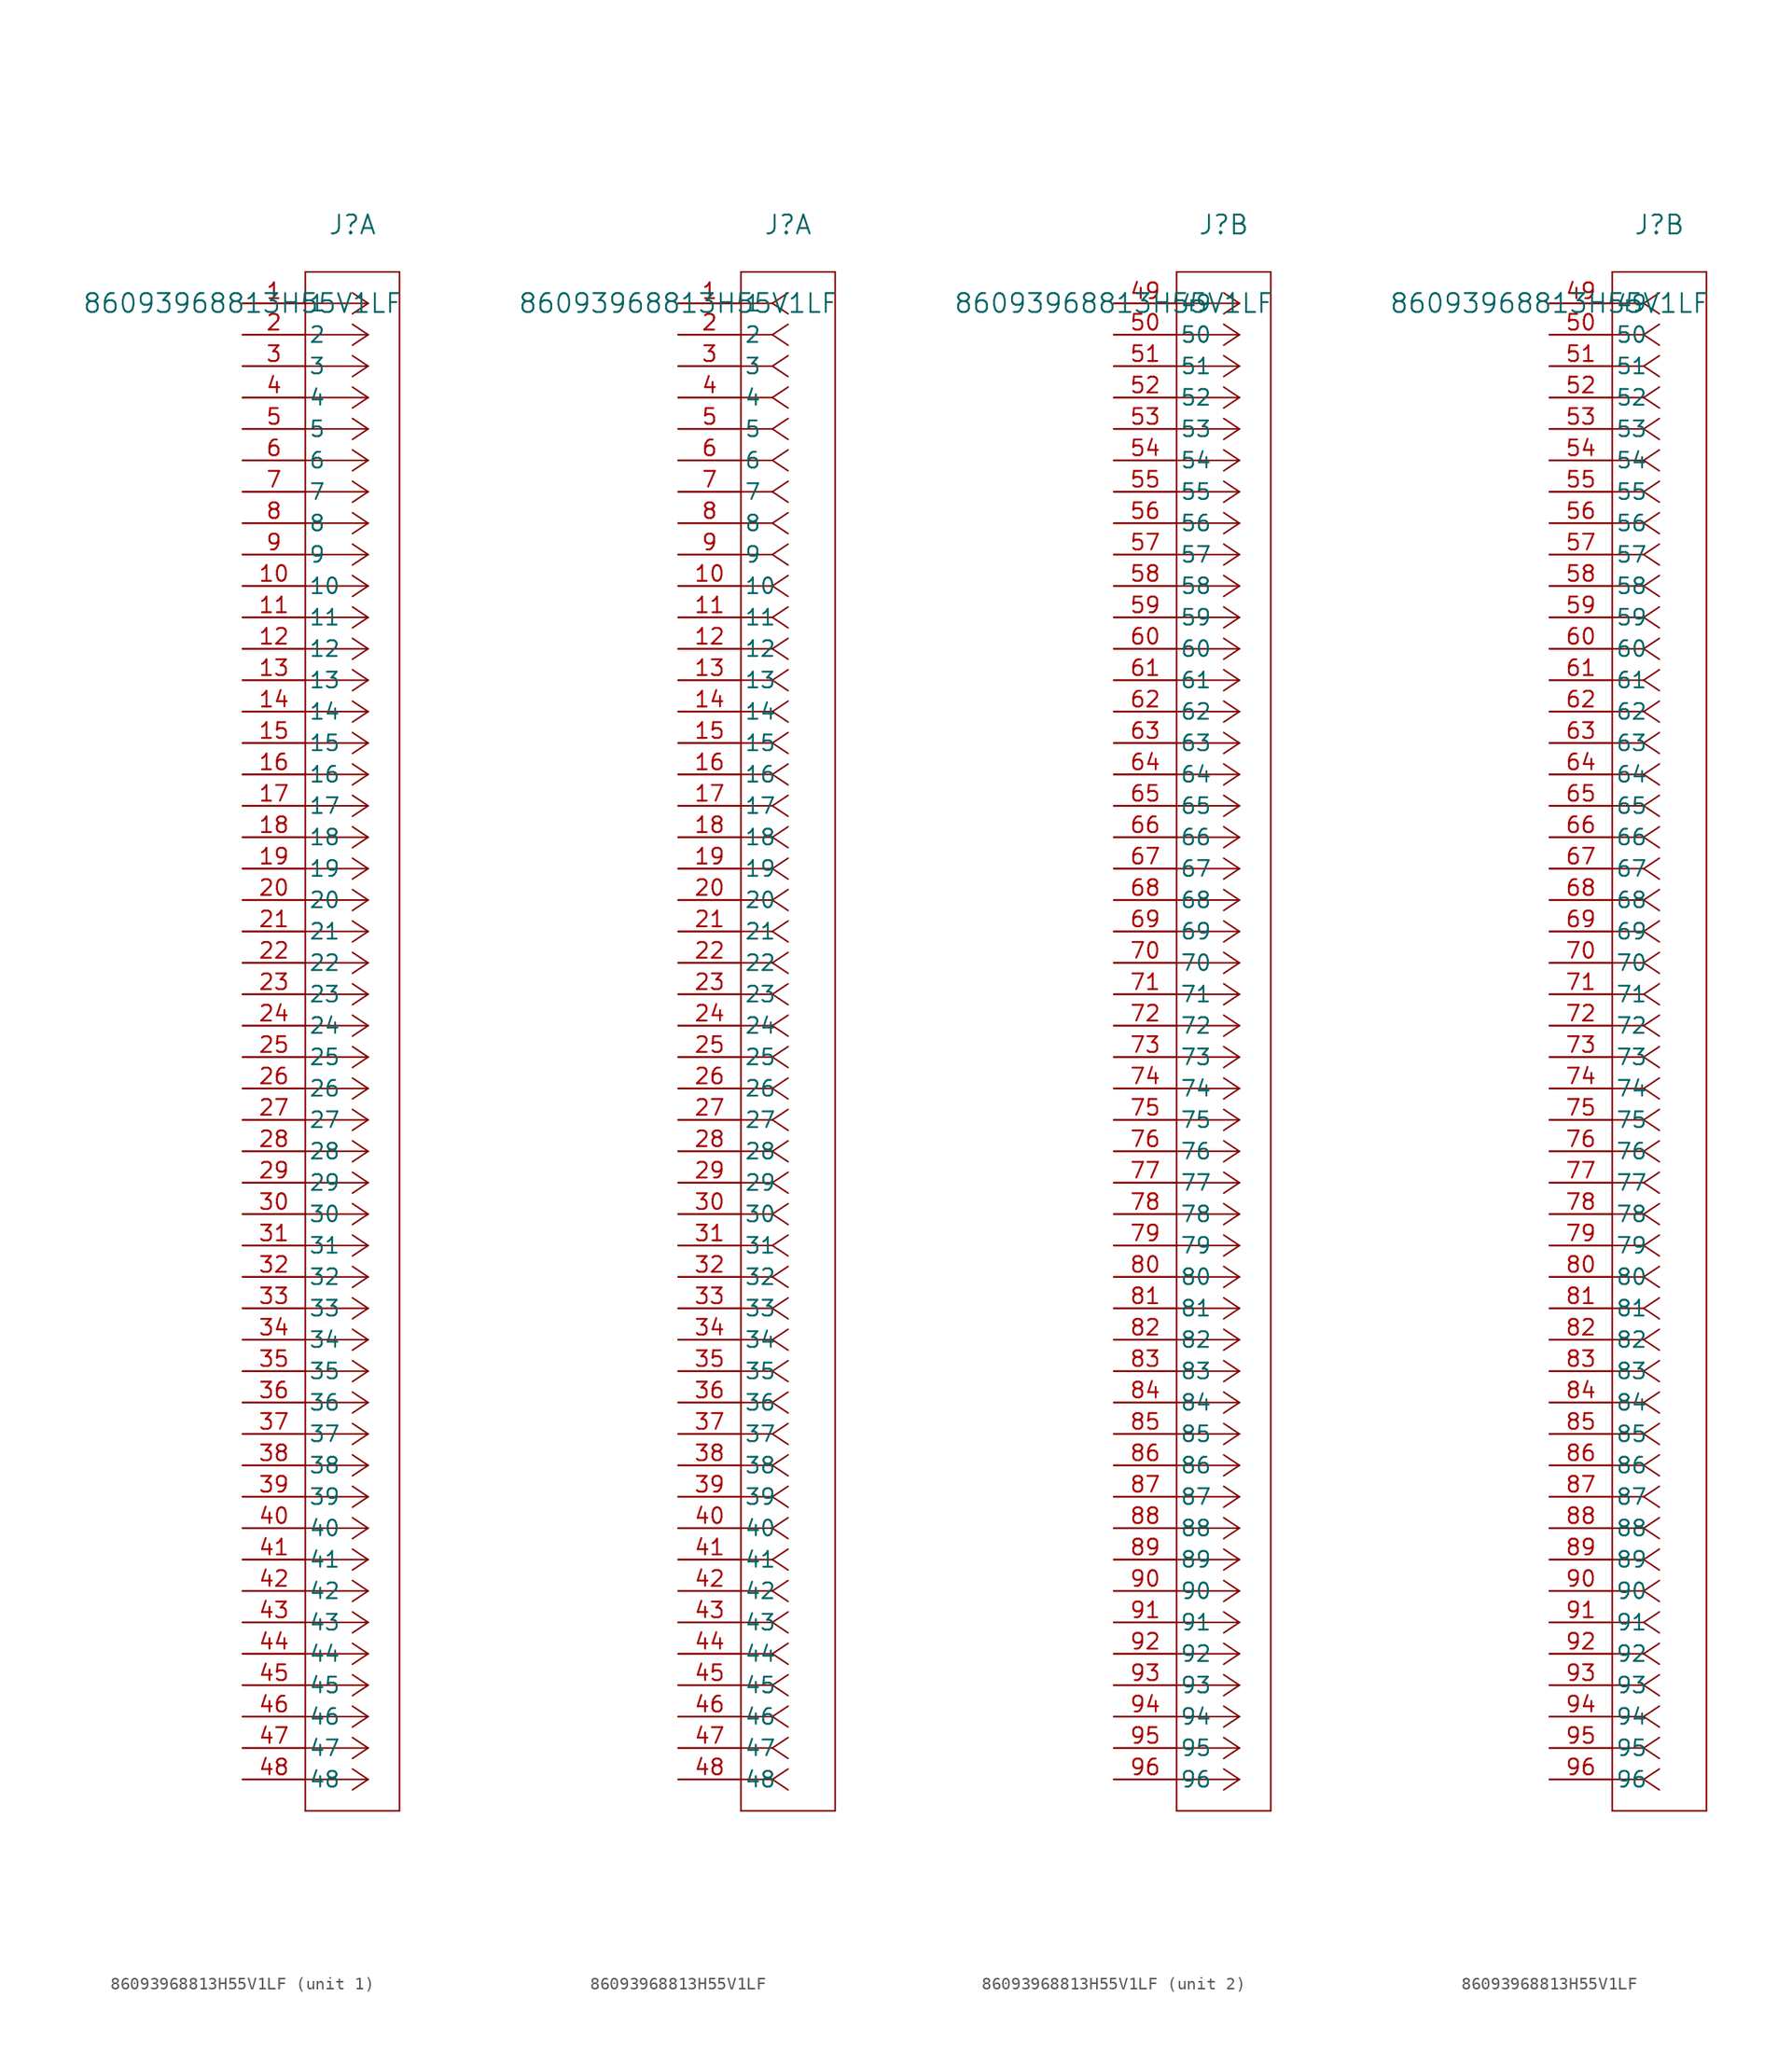
<source format=kicad_sym>
(kicad_symbol_lib
  (version 20211014)
  (generator kicad_symbol_editor)
  (symbol "86093968813H55V1LF"
    (pin_names
      (offset 0.254))
    (property "Reference" "J"
      (at 8.89 6.35 0)
      (effects (font (size 1.524 1.524))))
    (property "Value" "86093968813H55V1LF"
      (at 0 0 0)
      (effects (font (size 1.524 1.524))))
    (symbol "86093968813H55V1LF_1_1"
      (polyline (pts (xy 10.16 0) (xy 5.08 0)) (stroke (width 0.127) (type default) (color 0 0 0 0)) (fill (type none)))
      (polyline (pts (xy 10.16 -2.54) (xy 5.08 -2.54)) (stroke (width 0.127) (type default) (color 0 0 0 0)) (fill (type none)))
      (polyline (pts (xy 10.16 -5.08) (xy 5.08 -5.08)) (stroke (width 0.127) (type default) (color 0 0 0 0)) (fill (type none)))
      (polyline (pts (xy 10.16 -7.62) (xy 5.08 -7.62)) (stroke (width 0.127) (type default) (color 0 0 0 0)) (fill (type none)))
      (polyline (pts (xy 10.16 -10.16) (xy 5.08 -10.16)) (stroke (width 0.127) (type default) (color 0 0 0 0)) (fill (type none)))
      (polyline (pts (xy 10.16 -12.7) (xy 5.08 -12.7)) (stroke (width 0.127) (type default) (color 0 0 0 0)) (fill (type none)))
      (polyline (pts (xy 10.16 -15.24) (xy 5.08 -15.24)) (stroke (width 0.127) (type default) (color 0 0 0 0)) (fill (type none)))
      (polyline (pts (xy 10.16 -17.78) (xy 5.08 -17.78)) (stroke (width 0.127) (type default) (color 0 0 0 0)) (fill (type none)))
      (polyline (pts (xy 10.16 -20.32) (xy 5.08 -20.32)) (stroke (width 0.127) (type default) (color 0 0 0 0)) (fill (type none)))
      (polyline (pts (xy 10.16 -22.86) (xy 5.08 -22.86)) (stroke (width 0.127) (type default) (color 0 0 0 0)) (fill (type none)))
      (polyline (pts (xy 10.16 -25.4) (xy 5.08 -25.4)) (stroke (width 0.127) (type default) (color 0 0 0 0)) (fill (type none)))
      (polyline (pts (xy 10.16 -27.94) (xy 5.08 -27.94)) (stroke (width 0.127) (type default) (color 0 0 0 0)) (fill (type none)))
      (polyline (pts (xy 10.16 -30.48) (xy 5.08 -30.48)) (stroke (width 0.127) (type default) (color 0 0 0 0)) (fill (type none)))
      (polyline (pts (xy 10.16 -33.02) (xy 5.08 -33.02)) (stroke (width 0.127) (type default) (color 0 0 0 0)) (fill (type none)))
      (polyline (pts (xy 10.16 -35.56) (xy 5.08 -35.56)) (stroke (width 0.127) (type default) (color 0 0 0 0)) (fill (type none)))
      (polyline (pts (xy 10.16 -38.1) (xy 5.08 -38.1)) (stroke (width 0.127) (type default) (color 0 0 0 0)) (fill (type none)))
      (polyline (pts (xy 10.16 -40.64) (xy 5.08 -40.64)) (stroke (width 0.127) (type default) (color 0 0 0 0)) (fill (type none)))
      (polyline (pts (xy 10.16 -43.18) (xy 5.08 -43.18)) (stroke (width 0.127) (type default) (color 0 0 0 0)) (fill (type none)))
      (polyline (pts (xy 10.16 -45.72) (xy 5.08 -45.72)) (stroke (width 0.127) (type default) (color 0 0 0 0)) (fill (type none)))
      (polyline (pts (xy 10.16 -48.26) (xy 5.08 -48.26)) (stroke (width 0.127) (type default) (color 0 0 0 0)) (fill (type none)))
      (polyline (pts (xy 10.16 -50.8) (xy 5.08 -50.8)) (stroke (width 0.127) (type default) (color 0 0 0 0)) (fill (type none)))
      (polyline (pts (xy 10.16 -53.34) (xy 5.08 -53.34)) (stroke (width 0.127) (type default) (color 0 0 0 0)) (fill (type none)))
      (polyline (pts (xy 10.16 -55.88) (xy 5.08 -55.88)) (stroke (width 0.127) (type default) (color 0 0 0 0)) (fill (type none)))
      (polyline (pts (xy 10.16 -58.42) (xy 5.08 -58.42)) (stroke (width 0.127) (type default) (color 0 0 0 0)) (fill (type none)))
      (polyline (pts (xy 10.16 -60.96) (xy 5.08 -60.96)) (stroke (width 0.127) (type default) (color 0 0 0 0)) (fill (type none)))
      (polyline (pts (xy 10.16 -63.5) (xy 5.08 -63.5)) (stroke (width 0.127) (type default) (color 0 0 0 0)) (fill (type none)))
      (polyline (pts (xy 10.16 -66.04) (xy 5.08 -66.04)) (stroke (width 0.127) (type default) (color 0 0 0 0)) (fill (type none)))
      (polyline (pts (xy 10.16 -68.58) (xy 5.08 -68.58)) (stroke (width 0.127) (type default) (color 0 0 0 0)) (fill (type none)))
      (polyline (pts (xy 10.16 -71.12) (xy 5.08 -71.12)) (stroke (width 0.127) (type default) (color 0 0 0 0)) (fill (type none)))
      (polyline (pts (xy 10.16 -73.66) (xy 5.08 -73.66)) (stroke (width 0.127) (type default) (color 0 0 0 0)) (fill (type none)))
      (polyline (pts (xy 10.16 -76.2) (xy 5.08 -76.2)) (stroke (width 0.127) (type default) (color 0 0 0 0)) (fill (type none)))
      (polyline (pts (xy 10.16 -78.74) (xy 5.08 -78.74)) (stroke (width 0.127) (type default) (color 0 0 0 0)) (fill (type none)))
      (polyline (pts (xy 10.16 -81.28) (xy 5.08 -81.28)) (stroke (width 0.127) (type default) (color 0 0 0 0)) (fill (type none)))
      (polyline (pts (xy 10.16 -83.82) (xy 5.08 -83.82)) (stroke (width 0.127) (type default) (color 0 0 0 0)) (fill (type none)))
      (polyline (pts (xy 10.16 -86.36) (xy 5.08 -86.36)) (stroke (width 0.127) (type default) (color 0 0 0 0)) (fill (type none)))
      (polyline (pts (xy 10.16 -88.9) (xy 5.08 -88.9)) (stroke (width 0.127) (type default) (color 0 0 0 0)) (fill (type none)))
      (polyline (pts (xy 10.16 -91.44) (xy 5.08 -91.44)) (stroke (width 0.127) (type default) (color 0 0 0 0)) (fill (type none)))
      (polyline (pts (xy 10.16 -93.98) (xy 5.08 -93.98)) (stroke (width 0.127) (type default) (color 0 0 0 0)) (fill (type none)))
      (polyline (pts (xy 10.16 -96.52) (xy 5.08 -96.52)) (stroke (width 0.127) (type default) (color 0 0 0 0)) (fill (type none)))
      (polyline (pts (xy 10.16 -99.06) (xy 5.08 -99.06)) (stroke (width 0.127) (type default) (color 0 0 0 0)) (fill (type none)))
      (polyline (pts (xy 10.16 -101.6) (xy 5.08 -101.6)) (stroke (width 0.127) (type default) (color 0 0 0 0)) (fill (type none)))
      (polyline (pts (xy 10.16 -104.14) (xy 5.08 -104.14)) (stroke (width 0.127) (type default) (color 0 0 0 0)) (fill (type none)))
      (polyline (pts (xy 10.16 -106.68) (xy 5.08 -106.68)) (stroke (width 0.127) (type default) (color 0 0 0 0)) (fill (type none)))
      (polyline (pts (xy 10.16 -109.22) (xy 5.08 -109.22)) (stroke (width 0.127) (type default) (color 0 0 0 0)) (fill (type none)))
      (polyline (pts (xy 10.16 -111.76) (xy 5.08 -111.76)) (stroke (width 0.127) (type default) (color 0 0 0 0)) (fill (type none)))
      (polyline (pts (xy 10.16 -114.3) (xy 5.08 -114.3)) (stroke (width 0.127) (type default) (color 0 0 0 0)) (fill (type none)))
      (polyline (pts (xy 10.16 -116.84) (xy 5.08 -116.84)) (stroke (width 0.127) (type default) (color 0 0 0 0)) (fill (type none)))
      (polyline (pts (xy 10.16 -119.38) (xy 5.08 -119.38)) (stroke (width 0.127) (type default) (color 0 0 0 0)) (fill (type none)))
      (polyline (pts (xy 10.16 0) (xy 8.89 0.847)) (stroke (width 0.127) (type default) (color 0 0 0 0)) (fill (type none)))
      (polyline (pts (xy 10.16 -2.54) (xy 8.89 -1.693)) (stroke (width 0.127) (type default) (color 0 0 0 0)) (fill (type none)))
      (polyline (pts (xy 10.16 -5.08) (xy 8.89 -4.233)) (stroke (width 0.127) (type default) (color 0 0 0 0)) (fill (type none)))
      (polyline (pts (xy 10.16 -7.62) (xy 8.89 -6.773)) (stroke (width 0.127) (type default) (color 0 0 0 0)) (fill (type none)))
      (polyline (pts (xy 10.16 -10.16) (xy 8.89 -9.313)) (stroke (width 0.127) (type default) (color 0 0 0 0)) (fill (type none)))
      (polyline (pts (xy 10.16 -12.7) (xy 8.89 -11.853)) (stroke (width 0.127) (type default) (color 0 0 0 0)) (fill (type none)))
      (polyline (pts (xy 10.16 -15.24) (xy 8.89 -14.393)) (stroke (width 0.127) (type default) (color 0 0 0 0)) (fill (type none)))
      (polyline (pts (xy 10.16 -17.78) (xy 8.89 -16.933)) (stroke (width 0.127) (type default) (color 0 0 0 0)) (fill (type none)))
      (polyline (pts (xy 10.16 -20.32) (xy 8.89 -19.473)) (stroke (width 0.127) (type default) (color 0 0 0 0)) (fill (type none)))
      (polyline (pts (xy 10.16 -22.86) (xy 8.89 -22.013)) (stroke (width 0.127) (type default) (color 0 0 0 0)) (fill (type none)))
      (polyline (pts (xy 10.16 -25.4) (xy 8.89 -24.553)) (stroke (width 0.127) (type default) (color 0 0 0 0)) (fill (type none)))
      (polyline (pts (xy 10.16 -27.94) (xy 8.89 -27.093)) (stroke (width 0.127) (type default) (color 0 0 0 0)) (fill (type none)))
      (polyline (pts (xy 10.16 -30.48) (xy 8.89 -29.633)) (stroke (width 0.127) (type default) (color 0 0 0 0)) (fill (type none)))
      (polyline (pts (xy 10.16 -33.02) (xy 8.89 -32.173)) (stroke (width 0.127) (type default) (color 0 0 0 0)) (fill (type none)))
      (polyline (pts (xy 10.16 -35.56) (xy 8.89 -34.713)) (stroke (width 0.127) (type default) (color 0 0 0 0)) (fill (type none)))
      (polyline (pts (xy 10.16 -38.1) (xy 8.89 -37.253)) (stroke (width 0.127) (type default) (color 0 0 0 0)) (fill (type none)))
      (polyline (pts (xy 10.16 -40.64) (xy 8.89 -39.793)) (stroke (width 0.127) (type default) (color 0 0 0 0)) (fill (type none)))
      (polyline (pts (xy 10.16 -43.18) (xy 8.89 -42.333)) (stroke (width 0.127) (type default) (color 0 0 0 0)) (fill (type none)))
      (polyline (pts (xy 10.16 -45.72) (xy 8.89 -44.873)) (stroke (width 0.127) (type default) (color 0 0 0 0)) (fill (type none)))
      (polyline (pts (xy 10.16 -48.26) (xy 8.89 -47.413)) (stroke (width 0.127) (type default) (color 0 0 0 0)) (fill (type none)))
      (polyline (pts (xy 10.16 -50.8) (xy 8.89 -49.953)) (stroke (width 0.127) (type default) (color 0 0 0 0)) (fill (type none)))
      (polyline (pts (xy 10.16 -53.34) (xy 8.89 -52.493)) (stroke (width 0.127) (type default) (color 0 0 0 0)) (fill (type none)))
      (polyline (pts (xy 10.16 -55.88) (xy 8.89 -55.033)) (stroke (width 0.127) (type default) (color 0 0 0 0)) (fill (type none)))
      (polyline (pts (xy 10.16 -58.42) (xy 8.89 -57.573)) (stroke (width 0.127) (type default) (color 0 0 0 0)) (fill (type none)))
      (polyline (pts (xy 10.16 -60.96) (xy 8.89 -60.113)) (stroke (width 0.127) (type default) (color 0 0 0 0)) (fill (type none)))
      (polyline (pts (xy 10.16 -63.5) (xy 8.89 -62.653)) (stroke (width 0.127) (type default) (color 0 0 0 0)) (fill (type none)))
      (polyline (pts (xy 10.16 -66.04) (xy 8.89 -65.193)) (stroke (width 0.127) (type default) (color 0 0 0 0)) (fill (type none)))
      (polyline (pts (xy 10.16 -68.58) (xy 8.89 -67.733)) (stroke (width 0.127) (type default) (color 0 0 0 0)) (fill (type none)))
      (polyline (pts (xy 10.16 -71.12) (xy 8.89 -70.273)) (stroke (width 0.127) (type default) (color 0 0 0 0)) (fill (type none)))
      (polyline (pts (xy 10.16 -73.66) (xy 8.89 -72.813)) (stroke (width 0.127) (type default) (color 0 0 0 0)) (fill (type none)))
      (polyline (pts (xy 10.16 -76.2) (xy 8.89 -75.353)) (stroke (width 0.127) (type default) (color 0 0 0 0)) (fill (type none)))
      (polyline (pts (xy 10.16 -78.74) (xy 8.89 -77.893)) (stroke (width 0.127) (type default) (color 0 0 0 0)) (fill (type none)))
      (polyline (pts (xy 10.16 -81.28) (xy 8.89 -80.433)) (stroke (width 0.127) (type default) (color 0 0 0 0)) (fill (type none)))
      (polyline (pts (xy 10.16 -83.82) (xy 8.89 -82.973)) (stroke (width 0.127) (type default) (color 0 0 0 0)) (fill (type none)))
      (polyline (pts (xy 10.16 -86.36) (xy 8.89 -85.513)) (stroke (width 0.127) (type default) (color 0 0 0 0)) (fill (type none)))
      (polyline (pts (xy 10.16 -88.9) (xy 8.89 -88.053)) (stroke (width 0.127) (type default) (color 0 0 0 0)) (fill (type none)))
      (polyline (pts (xy 10.16 -91.44) (xy 8.89 -90.593)) (stroke (width 0.127) (type default) (color 0 0 0 0)) (fill (type none)))
      (polyline (pts (xy 10.16 -93.98) (xy 8.89 -93.133)) (stroke (width 0.127) (type default) (color 0 0 0 0)) (fill (type none)))
      (polyline (pts (xy 10.16 -96.52) (xy 8.89 -95.673)) (stroke (width 0.127) (type default) (color 0 0 0 0)) (fill (type none)))
      (polyline (pts (xy 10.16 -99.06) (xy 8.89 -98.213)) (stroke (width 0.127) (type default) (color 0 0 0 0)) (fill (type none)))
      (polyline (pts (xy 10.16 -101.6) (xy 8.89 -100.753)) (stroke (width 0.127) (type default) (color 0 0 0 0)) (fill (type none)))
      (polyline (pts (xy 10.16 -104.14) (xy 8.89 -103.293)) (stroke (width 0.127) (type default) (color 0 0 0 0)) (fill (type none)))
      (polyline (pts (xy 10.16 -106.68) (xy 8.89 -105.833)) (stroke (width 0.127) (type default) (color 0 0 0 0)) (fill (type none)))
      (polyline (pts (xy 10.16 -109.22) (xy 8.89 -108.373)) (stroke (width 0.127) (type default) (color 0 0 0 0)) (fill (type none)))
      (polyline (pts (xy 10.16 -111.76) (xy 8.89 -110.913)) (stroke (width 0.127) (type default) (color 0 0 0 0)) (fill (type none)))
      (polyline (pts (xy 10.16 -114.3) (xy 8.89 -113.453)) (stroke (width 0.127) (type default) (color 0 0 0 0)) (fill (type none)))
      (polyline (pts (xy 10.16 -116.84) (xy 8.89 -115.993)) (stroke (width 0.127) (type default) (color 0 0 0 0)) (fill (type none)))
      (polyline (pts (xy 10.16 -119.38) (xy 8.89 -118.533)) (stroke (width 0.127) (type default) (color 0 0 0 0)) (fill (type none)))
      (polyline (pts (xy 10.16 0) (xy 8.89 -0.847)) (stroke (width 0.127) (type default) (color 0 0 0 0)) (fill (type none)))
      (polyline (pts (xy 10.16 -2.54) (xy 8.89 -3.387)) (stroke (width 0.127) (type default) (color 0 0 0 0)) (fill (type none)))
      (polyline (pts (xy 10.16 -5.08) (xy 8.89 -5.927)) (stroke (width 0.127) (type default) (color 0 0 0 0)) (fill (type none)))
      (polyline (pts (xy 10.16 -7.62) (xy 8.89 -8.467)) (stroke (width 0.127) (type default) (color 0 0 0 0)) (fill (type none)))
      (polyline (pts (xy 10.16 -10.16) (xy 8.89 -11.007)) (stroke (width 0.127) (type default) (color 0 0 0 0)) (fill (type none)))
      (polyline (pts (xy 10.16 -12.7) (xy 8.89 -13.547)) (stroke (width 0.127) (type default) (color 0 0 0 0)) (fill (type none)))
      (polyline (pts (xy 10.16 -15.24) (xy 8.89 -16.087)) (stroke (width 0.127) (type default) (color 0 0 0 0)) (fill (type none)))
      (polyline (pts (xy 10.16 -17.78) (xy 8.89 -18.627)) (stroke (width 0.127) (type default) (color 0 0 0 0)) (fill (type none)))
      (polyline (pts (xy 10.16 -20.32) (xy 8.89 -21.167)) (stroke (width 0.127) (type default) (color 0 0 0 0)) (fill (type none)))
      (polyline (pts (xy 10.16 -22.86) (xy 8.89 -23.707)) (stroke (width 0.127) (type default) (color 0 0 0 0)) (fill (type none)))
      (polyline (pts (xy 10.16 -25.4) (xy 8.89 -26.247)) (stroke (width 0.127) (type default) (color 0 0 0 0)) (fill (type none)))
      (polyline (pts (xy 10.16 -27.94) (xy 8.89 -28.787)) (stroke (width 0.127) (type default) (color 0 0 0 0)) (fill (type none)))
      (polyline (pts (xy 10.16 -30.48) (xy 8.89 -31.327)) (stroke (width 0.127) (type default) (color 0 0 0 0)) (fill (type none)))
      (polyline (pts (xy 10.16 -33.02) (xy 8.89 -33.867)) (stroke (width 0.127) (type default) (color 0 0 0 0)) (fill (type none)))
      (polyline (pts (xy 10.16 -35.56) (xy 8.89 -36.407)) (stroke (width 0.127) (type default) (color 0 0 0 0)) (fill (type none)))
      (polyline (pts (xy 10.16 -38.1) (xy 8.89 -38.947)) (stroke (width 0.127) (type default) (color 0 0 0 0)) (fill (type none)))
      (polyline (pts (xy 10.16 -40.64) (xy 8.89 -41.487)) (stroke (width 0.127) (type default) (color 0 0 0 0)) (fill (type none)))
      (polyline (pts (xy 10.16 -43.18) (xy 8.89 -44.027)) (stroke (width 0.127) (type default) (color 0 0 0 0)) (fill (type none)))
      (polyline (pts (xy 10.16 -45.72) (xy 8.89 -46.567)) (stroke (width 0.127) (type default) (color 0 0 0 0)) (fill (type none)))
      (polyline (pts (xy 10.16 -48.26) (xy 8.89 -49.107)) (stroke (width 0.127) (type default) (color 0 0 0 0)) (fill (type none)))
      (polyline (pts (xy 10.16 -50.8) (xy 8.89 -51.647)) (stroke (width 0.127) (type default) (color 0 0 0 0)) (fill (type none)))
      (polyline (pts (xy 10.16 -53.34) (xy 8.89 -54.187)) (stroke (width 0.127) (type default) (color 0 0 0 0)) (fill (type none)))
      (polyline (pts (xy 10.16 -55.88) (xy 8.89 -56.727)) (stroke (width 0.127) (type default) (color 0 0 0 0)) (fill (type none)))
      (polyline (pts (xy 10.16 -58.42) (xy 8.89 -59.267)) (stroke (width 0.127) (type default) (color 0 0 0 0)) (fill (type none)))
      (polyline (pts (xy 10.16 -60.96) (xy 8.89 -61.807)) (stroke (width 0.127) (type default) (color 0 0 0 0)) (fill (type none)))
      (polyline (pts (xy 10.16 -63.5) (xy 8.89 -64.347)) (stroke (width 0.127) (type default) (color 0 0 0 0)) (fill (type none)))
      (polyline (pts (xy 10.16 -66.04) (xy 8.89 -66.887)) (stroke (width 0.127) (type default) (color 0 0 0 0)) (fill (type none)))
      (polyline (pts (xy 10.16 -68.58) (xy 8.89 -69.427)) (stroke (width 0.127) (type default) (color 0 0 0 0)) (fill (type none)))
      (polyline (pts (xy 10.16 -71.12) (xy 8.89 -71.967)) (stroke (width 0.127) (type default) (color 0 0 0 0)) (fill (type none)))
      (polyline (pts (xy 10.16 -73.66) (xy 8.89 -74.507)) (stroke (width 0.127) (type default) (color 0 0 0 0)) (fill (type none)))
      (polyline (pts (xy 10.16 -76.2) (xy 8.89 -77.047)) (stroke (width 0.127) (type default) (color 0 0 0 0)) (fill (type none)))
      (polyline (pts (xy 10.16 -78.74) (xy 8.89 -79.587)) (stroke (width 0.127) (type default) (color 0 0 0 0)) (fill (type none)))
      (polyline (pts (xy 10.16 -81.28) (xy 8.89 -82.127)) (stroke (width 0.127) (type default) (color 0 0 0 0)) (fill (type none)))
      (polyline (pts (xy 10.16 -83.82) (xy 8.89 -84.667)) (stroke (width 0.127) (type default) (color 0 0 0 0)) (fill (type none)))
      (polyline (pts (xy 10.16 -86.36) (xy 8.89 -87.207)) (stroke (width 0.127) (type default) (color 0 0 0 0)) (fill (type none)))
      (polyline (pts (xy 10.16 -88.9) (xy 8.89 -89.747)) (stroke (width 0.127) (type default) (color 0 0 0 0)) (fill (type none)))
      (polyline (pts (xy 10.16 -91.44) (xy 8.89 -92.287)) (stroke (width 0.127) (type default) (color 0 0 0 0)) (fill (type none)))
      (polyline (pts (xy 10.16 -93.98) (xy 8.89 -94.827)) (stroke (width 0.127) (type default) (color 0 0 0 0)) (fill (type none)))
      (polyline (pts (xy 10.16 -96.52) (xy 8.89 -97.367)) (stroke (width 0.127) (type default) (color 0 0 0 0)) (fill (type none)))
      (polyline (pts (xy 10.16 -99.06) (xy 8.89 -99.907)) (stroke (width 0.127) (type default) (color 0 0 0 0)) (fill (type none)))
      (polyline (pts (xy 10.16 -101.6) (xy 8.89 -102.447)) (stroke (width 0.127) (type default) (color 0 0 0 0)) (fill (type none)))
      (polyline (pts (xy 10.16 -104.14) (xy 8.89 -104.987)) (stroke (width 0.127) (type default) (color 0 0 0 0)) (fill (type none)))
      (polyline (pts (xy 10.16 -106.68) (xy 8.89 -107.527)) (stroke (width 0.127) (type default) (color 0 0 0 0)) (fill (type none)))
      (polyline (pts (xy 10.16 -109.22) (xy 8.89 -110.067)) (stroke (width 0.127) (type default) (color 0 0 0 0)) (fill (type none)))
      (polyline (pts (xy 10.16 -111.76) (xy 8.89 -112.607)) (stroke (width 0.127) (type default) (color 0 0 0 0)) (fill (type none)))
      (polyline (pts (xy 10.16 -114.3) (xy 8.89 -115.147)) (stroke (width 0.127) (type default) (color 0 0 0 0)) (fill (type none)))
      (polyline (pts (xy 10.16 -116.84) (xy 8.89 -117.687)) (stroke (width 0.127) (type default) (color 0 0 0 0)) (fill (type none)))
      (polyline (pts (xy 10.16 -119.38) (xy 8.89 -120.227)) (stroke (width 0.127) (type default) (color 0 0 0 0)) (fill (type none)))
      (polyline (pts (xy 5.08 2.54) (xy 5.08 -121.92)) (stroke (width 0.127) (type default) (color 0 0 0 0)) (fill (type none)))
      (polyline (pts (xy 5.08 -121.92) (xy 12.7 -121.92)) (stroke (width 0.127) (type default) (color 0 0 0 0)) (fill (type none)))
      (polyline (pts (xy 12.7 -121.92) (xy 12.7 2.54)) (stroke (width 0.127) (type default) (color 0 0 0 0)) (fill (type none)))
      (polyline (pts (xy 12.7 2.54) (xy 5.08 2.54)) (stroke (width 0.127) (type default) (color 0 0 0 0)) (fill (type none)))
      (pin unspecified line (at 0 0 0) (length 5.08) (name "1" (effects (font (size 1.27 1.27)))) (number "1" (effects (font (size 1.27 1.27)))))
      (pin unspecified line (at 0 -2.54 0) (length 5.08) (name "2" (effects (font (size 1.27 1.27)))) (number "2" (effects (font (size 1.27 1.27)))))
      (pin unspecified line (at 0 -5.08 0) (length 5.08) (name "3" (effects (font (size 1.27 1.27)))) (number "3" (effects (font (size 1.27 1.27)))))
      (pin unspecified line (at 0 -7.62 0) (length 5.08) (name "4" (effects (font (size 1.27 1.27)))) (number "4" (effects (font (size 1.27 1.27)))))
      (pin unspecified line (at 0 -10.16 0) (length 5.08) (name "5" (effects (font (size 1.27 1.27)))) (number "5" (effects (font (size 1.27 1.27)))))
      (pin unspecified line (at 0 -12.7 0) (length 5.08) (name "6" (effects (font (size 1.27 1.27)))) (number "6" (effects (font (size 1.27 1.27)))))
      (pin unspecified line (at 0 -15.24 0) (length 5.08) (name "7" (effects (font (size 1.27 1.27)))) (number "7" (effects (font (size 1.27 1.27)))))
      (pin unspecified line (at 0 -17.78 0) (length 5.08) (name "8" (effects (font (size 1.27 1.27)))) (number "8" (effects (font (size 1.27 1.27)))))
      (pin unspecified line (at 0 -20.32 0) (length 5.08) (name "9" (effects (font (size 1.27 1.27)))) (number "9" (effects (font (size 1.27 1.27)))))
      (pin unspecified line (at 0 -22.86 0) (length 5.08) (name "10" (effects (font (size 1.27 1.27)))) (number "10" (effects (font (size 1.27 1.27)))))
      (pin unspecified line (at 0 -25.4 0) (length 5.08) (name "11" (effects (font (size 1.27 1.27)))) (number "11" (effects (font (size 1.27 1.27)))))
      (pin unspecified line (at 0 -27.94 0) (length 5.08) (name "12" (effects (font (size 1.27 1.27)))) (number "12" (effects (font (size 1.27 1.27)))))
      (pin unspecified line (at 0 -30.48 0) (length 5.08) (name "13" (effects (font (size 1.27 1.27)))) (number "13" (effects (font (size 1.27 1.27)))))
      (pin unspecified line (at 0 -33.02 0) (length 5.08) (name "14" (effects (font (size 1.27 1.27)))) (number "14" (effects (font (size 1.27 1.27)))))
      (pin unspecified line (at 0 -35.56 0) (length 5.08) (name "15" (effects (font (size 1.27 1.27)))) (number "15" (effects (font (size 1.27 1.27)))))
      (pin unspecified line (at 0 -38.1 0) (length 5.08) (name "16" (effects (font (size 1.27 1.27)))) (number "16" (effects (font (size 1.27 1.27)))))
      (pin unspecified line (at 0 -40.64 0) (length 5.08) (name "17" (effects (font (size 1.27 1.27)))) (number "17" (effects (font (size 1.27 1.27)))))
      (pin unspecified line (at 0 -43.18 0) (length 5.08) (name "18" (effects (font (size 1.27 1.27)))) (number "18" (effects (font (size 1.27 1.27)))))
      (pin unspecified line (at 0 -45.72 0) (length 5.08) (name "19" (effects (font (size 1.27 1.27)))) (number "19" (effects (font (size 1.27 1.27)))))
      (pin unspecified line (at 0 -48.26 0) (length 5.08) (name "20" (effects (font (size 1.27 1.27)))) (number "20" (effects (font (size 1.27 1.27)))))
      (pin unspecified line (at 0 -50.8 0) (length 5.08) (name "21" (effects (font (size 1.27 1.27)))) (number "21" (effects (font (size 1.27 1.27)))))
      (pin unspecified line (at 0 -53.34 0) (length 5.08) (name "22" (effects (font (size 1.27 1.27)))) (number "22" (effects (font (size 1.27 1.27)))))
      (pin unspecified line (at 0 -55.88 0) (length 5.08) (name "23" (effects (font (size 1.27 1.27)))) (number "23" (effects (font (size 1.27 1.27)))))
      (pin unspecified line (at 0 -58.42 0) (length 5.08) (name "24" (effects (font (size 1.27 1.27)))) (number "24" (effects (font (size 1.27 1.27)))))
      (pin unspecified line (at 0 -60.96 0) (length 5.08) (name "25" (effects (font (size 1.27 1.27)))) (number "25" (effects (font (size 1.27 1.27)))))
      (pin unspecified line (at 0 -63.5 0) (length 5.08) (name "26" (effects (font (size 1.27 1.27)))) (number "26" (effects (font (size 1.27 1.27)))))
      (pin unspecified line (at 0 -66.04 0) (length 5.08) (name "27" (effects (font (size 1.27 1.27)))) (number "27" (effects (font (size 1.27 1.27)))))
      (pin unspecified line (at 0 -68.58 0) (length 5.08) (name "28" (effects (font (size 1.27 1.27)))) (number "28" (effects (font (size 1.27 1.27)))))
      (pin unspecified line (at 0 -71.12 0) (length 5.08) (name "29" (effects (font (size 1.27 1.27)))) (number "29" (effects (font (size 1.27 1.27)))))
      (pin unspecified line (at 0 -73.66 0) (length 5.08) (name "30" (effects (font (size 1.27 1.27)))) (number "30" (effects (font (size 1.27 1.27)))))
      (pin unspecified line (at 0 -76.2 0) (length 5.08) (name "31" (effects (font (size 1.27 1.27)))) (number "31" (effects (font (size 1.27 1.27)))))
      (pin unspecified line (at 0 -78.74 0) (length 5.08) (name "32" (effects (font (size 1.27 1.27)))) (number "32" (effects (font (size 1.27 1.27)))))
      (pin unspecified line (at 0 -81.28 0) (length 5.08) (name "33" (effects (font (size 1.27 1.27)))) (number "33" (effects (font (size 1.27 1.27)))))
      (pin unspecified line (at 0 -83.82 0) (length 5.08) (name "34" (effects (font (size 1.27 1.27)))) (number "34" (effects (font (size 1.27 1.27)))))
      (pin unspecified line (at 0 -86.36 0) (length 5.08) (name "35" (effects (font (size 1.27 1.27)))) (number "35" (effects (font (size 1.27 1.27)))))
      (pin unspecified line (at 0 -88.9 0) (length 5.08) (name "36" (effects (font (size 1.27 1.27)))) (number "36" (effects (font (size 1.27 1.27)))))
      (pin unspecified line (at 0 -91.44 0) (length 5.08) (name "37" (effects (font (size 1.27 1.27)))) (number "37" (effects (font (size 1.27 1.27)))))
      (pin unspecified line (at 0 -93.98 0) (length 5.08) (name "38" (effects (font (size 1.27 1.27)))) (number "38" (effects (font (size 1.27 1.27)))))
      (pin unspecified line (at 0 -96.52 0) (length 5.08) (name "39" (effects (font (size 1.27 1.27)))) (number "39" (effects (font (size 1.27 1.27)))))
      (pin unspecified line (at 0 -99.06 0) (length 5.08) (name "40" (effects (font (size 1.27 1.27)))) (number "40" (effects (font (size 1.27 1.27)))))
      (pin unspecified line (at 0 -101.6 0) (length 5.08) (name "41" (effects (font (size 1.27 1.27)))) (number "41" (effects (font (size 1.27 1.27)))))
      (pin unspecified line (at 0 -104.14 0) (length 5.08) (name "42" (effects (font (size 1.27 1.27)))) (number "42" (effects (font (size 1.27 1.27)))))
      (pin unspecified line (at 0 -106.68 0) (length 5.08) (name "43" (effects (font (size 1.27 1.27)))) (number "43" (effects (font (size 1.27 1.27)))))
      (pin unspecified line (at 0 -109.22 0) (length 5.08) (name "44" (effects (font (size 1.27 1.27)))) (number "44" (effects (font (size 1.27 1.27)))))
      (pin unspecified line (at 0 -111.76 0) (length 5.08) (name "45" (effects (font (size 1.27 1.27)))) (number "45" (effects (font (size 1.27 1.27)))))
      (pin unspecified line (at 0 -114.3 0) (length 5.08) (name "46" (effects (font (size 1.27 1.27)))) (number "46" (effects (font (size 1.27 1.27)))))
      (pin unspecified line (at 0 -116.84 0) (length 5.08) (name "47" (effects (font (size 1.27 1.27)))) (number "47" (effects (font (size 1.27 1.27)))))
      (pin unspecified line (at 0 -119.38 0) (length 5.08) (name "48" (effects (font (size 1.27 1.27)))) (number "48" (effects (font (size 1.27 1.27))))))
    (symbol "86093968813H55V1LF_1_2"
      (polyline (pts (xy 7.62 0) (xy 5.08 0)) (stroke (width 0.127) (type default) (color 0 0 0 0)) (fill (type none)))
      (polyline (pts (xy 7.62 -2.54) (xy 5.08 -2.54)) (stroke (width 0.127) (type default) (color 0 0 0 0)) (fill (type none)))
      (polyline (pts (xy 7.62 -5.08) (xy 5.08 -5.08)) (stroke (width 0.127) (type default) (color 0 0 0 0)) (fill (type none)))
      (polyline (pts (xy 7.62 -7.62) (xy 5.08 -7.62)) (stroke (width 0.127) (type default) (color 0 0 0 0)) (fill (type none)))
      (polyline (pts (xy 7.62 -10.16) (xy 5.08 -10.16)) (stroke (width 0.127) (type default) (color 0 0 0 0)) (fill (type none)))
      (polyline (pts (xy 7.62 -12.7) (xy 5.08 -12.7)) (stroke (width 0.127) (type default) (color 0 0 0 0)) (fill (type none)))
      (polyline (pts (xy 7.62 -15.24) (xy 5.08 -15.24)) (stroke (width 0.127) (type default) (color 0 0 0 0)) (fill (type none)))
      (polyline (pts (xy 7.62 -17.78) (xy 5.08 -17.78)) (stroke (width 0.127) (type default) (color 0 0 0 0)) (fill (type none)))
      (polyline (pts (xy 7.62 -20.32) (xy 5.08 -20.32)) (stroke (width 0.127) (type default) (color 0 0 0 0)) (fill (type none)))
      (polyline (pts (xy 7.62 -22.86) (xy 5.08 -22.86)) (stroke (width 0.127) (type default) (color 0 0 0 0)) (fill (type none)))
      (polyline (pts (xy 7.62 -25.4) (xy 5.08 -25.4)) (stroke (width 0.127) (type default) (color 0 0 0 0)) (fill (type none)))
      (polyline (pts (xy 7.62 -27.94) (xy 5.08 -27.94)) (stroke (width 0.127) (type default) (color 0 0 0 0)) (fill (type none)))
      (polyline (pts (xy 7.62 -30.48) (xy 5.08 -30.48)) (stroke (width 0.127) (type default) (color 0 0 0 0)) (fill (type none)))
      (polyline (pts (xy 7.62 -33.02) (xy 5.08 -33.02)) (stroke (width 0.127) (type default) (color 0 0 0 0)) (fill (type none)))
      (polyline (pts (xy 7.62 -35.56) (xy 5.08 -35.56)) (stroke (width 0.127) (type default) (color 0 0 0 0)) (fill (type none)))
      (polyline (pts (xy 7.62 -38.1) (xy 5.08 -38.1)) (stroke (width 0.127) (type default) (color 0 0 0 0)) (fill (type none)))
      (polyline (pts (xy 7.62 -40.64) (xy 5.08 -40.64)) (stroke (width 0.127) (type default) (color 0 0 0 0)) (fill (type none)))
      (polyline (pts (xy 7.62 -43.18) (xy 5.08 -43.18)) (stroke (width 0.127) (type default) (color 0 0 0 0)) (fill (type none)))
      (polyline (pts (xy 7.62 -45.72) (xy 5.08 -45.72)) (stroke (width 0.127) (type default) (color 0 0 0 0)) (fill (type none)))
      (polyline (pts (xy 7.62 -48.26) (xy 5.08 -48.26)) (stroke (width 0.127) (type default) (color 0 0 0 0)) (fill (type none)))
      (polyline (pts (xy 7.62 -50.8) (xy 5.08 -50.8)) (stroke (width 0.127) (type default) (color 0 0 0 0)) (fill (type none)))
      (polyline (pts (xy 7.62 -53.34) (xy 5.08 -53.34)) (stroke (width 0.127) (type default) (color 0 0 0 0)) (fill (type none)))
      (polyline (pts (xy 7.62 -55.88) (xy 5.08 -55.88)) (stroke (width 0.127) (type default) (color 0 0 0 0)) (fill (type none)))
      (polyline (pts (xy 7.62 -58.42) (xy 5.08 -58.42)) (stroke (width 0.127) (type default) (color 0 0 0 0)) (fill (type none)))
      (polyline (pts (xy 7.62 -60.96) (xy 5.08 -60.96)) (stroke (width 0.127) (type default) (color 0 0 0 0)) (fill (type none)))
      (polyline (pts (xy 7.62 -63.5) (xy 5.08 -63.5)) (stroke (width 0.127) (type default) (color 0 0 0 0)) (fill (type none)))
      (polyline (pts (xy 7.62 -66.04) (xy 5.08 -66.04)) (stroke (width 0.127) (type default) (color 0 0 0 0)) (fill (type none)))
      (polyline (pts (xy 7.62 -68.58) (xy 5.08 -68.58)) (stroke (width 0.127) (type default) (color 0 0 0 0)) (fill (type none)))
      (polyline (pts (xy 7.62 -71.12) (xy 5.08 -71.12)) (stroke (width 0.127) (type default) (color 0 0 0 0)) (fill (type none)))
      (polyline (pts (xy 7.62 -73.66) (xy 5.08 -73.66)) (stroke (width 0.127) (type default) (color 0 0 0 0)) (fill (type none)))
      (polyline (pts (xy 7.62 -76.2) (xy 5.08 -76.2)) (stroke (width 0.127) (type default) (color 0 0 0 0)) (fill (type none)))
      (polyline (pts (xy 7.62 -78.74) (xy 5.08 -78.74)) (stroke (width 0.127) (type default) (color 0 0 0 0)) (fill (type none)))
      (polyline (pts (xy 7.62 -81.28) (xy 5.08 -81.28)) (stroke (width 0.127) (type default) (color 0 0 0 0)) (fill (type none)))
      (polyline (pts (xy 7.62 -83.82) (xy 5.08 -83.82)) (stroke (width 0.127) (type default) (color 0 0 0 0)) (fill (type none)))
      (polyline (pts (xy 7.62 -86.36) (xy 5.08 -86.36)) (stroke (width 0.127) (type default) (color 0 0 0 0)) (fill (type none)))
      (polyline (pts (xy 7.62 -88.9) (xy 5.08 -88.9)) (stroke (width 0.127) (type default) (color 0 0 0 0)) (fill (type none)))
      (polyline (pts (xy 7.62 -91.44) (xy 5.08 -91.44)) (stroke (width 0.127) (type default) (color 0 0 0 0)) (fill (type none)))
      (polyline (pts (xy 7.62 -93.98) (xy 5.08 -93.98)) (stroke (width 0.127) (type default) (color 0 0 0 0)) (fill (type none)))
      (polyline (pts (xy 7.62 -96.52) (xy 5.08 -96.52)) (stroke (width 0.127) (type default) (color 0 0 0 0)) (fill (type none)))
      (polyline (pts (xy 7.62 -99.06) (xy 5.08 -99.06)) (stroke (width 0.127) (type default) (color 0 0 0 0)) (fill (type none)))
      (polyline (pts (xy 7.62 -101.6) (xy 5.08 -101.6)) (stroke (width 0.127) (type default) (color 0 0 0 0)) (fill (type none)))
      (polyline (pts (xy 7.62 -104.14) (xy 5.08 -104.14)) (stroke (width 0.127) (type default) (color 0 0 0 0)) (fill (type none)))
      (polyline (pts (xy 7.62 -106.68) (xy 5.08 -106.68)) (stroke (width 0.127) (type default) (color 0 0 0 0)) (fill (type none)))
      (polyline (pts (xy 7.62 -109.22) (xy 5.08 -109.22)) (stroke (width 0.127) (type default) (color 0 0 0 0)) (fill (type none)))
      (polyline (pts (xy 7.62 -111.76) (xy 5.08 -111.76)) (stroke (width 0.127) (type default) (color 0 0 0 0)) (fill (type none)))
      (polyline (pts (xy 7.62 -114.3) (xy 5.08 -114.3)) (stroke (width 0.127) (type default) (color 0 0 0 0)) (fill (type none)))
      (polyline (pts (xy 7.62 -116.84) (xy 5.08 -116.84)) (stroke (width 0.127) (type default) (color 0 0 0 0)) (fill (type none)))
      (polyline (pts (xy 7.62 -119.38) (xy 5.08 -119.38)) (stroke (width 0.127) (type default) (color 0 0 0 0)) (fill (type none)))
      (polyline (pts (xy 7.62 0) (xy 8.89 0.847)) (stroke (width 0.127) (type default) (color 0 0 0 0)) (fill (type none)))
      (polyline (pts (xy 7.62 -2.54) (xy 8.89 -1.693)) (stroke (width 0.127) (type default) (color 0 0 0 0)) (fill (type none)))
      (polyline (pts (xy 7.62 -5.08) (xy 8.89 -4.233)) (stroke (width 0.127) (type default) (color 0 0 0 0)) (fill (type none)))
      (polyline (pts (xy 7.62 -7.62) (xy 8.89 -6.773)) (stroke (width 0.127) (type default) (color 0 0 0 0)) (fill (type none)))
      (polyline (pts (xy 7.62 -10.16) (xy 8.89 -9.313)) (stroke (width 0.127) (type default) (color 0 0 0 0)) (fill (type none)))
      (polyline (pts (xy 7.62 -12.7) (xy 8.89 -11.853)) (stroke (width 0.127) (type default) (color 0 0 0 0)) (fill (type none)))
      (polyline (pts (xy 7.62 -15.24) (xy 8.89 -14.393)) (stroke (width 0.127) (type default) (color 0 0 0 0)) (fill (type none)))
      (polyline (pts (xy 7.62 -17.78) (xy 8.89 -16.933)) (stroke (width 0.127) (type default) (color 0 0 0 0)) (fill (type none)))
      (polyline (pts (xy 7.62 -20.32) (xy 8.89 -19.473)) (stroke (width 0.127) (type default) (color 0 0 0 0)) (fill (type none)))
      (polyline (pts (xy 7.62 -22.86) (xy 8.89 -22.013)) (stroke (width 0.127) (type default) (color 0 0 0 0)) (fill (type none)))
      (polyline (pts (xy 7.62 -25.4) (xy 8.89 -24.553)) (stroke (width 0.127) (type default) (color 0 0 0 0)) (fill (type none)))
      (polyline (pts (xy 7.62 -27.94) (xy 8.89 -27.093)) (stroke (width 0.127) (type default) (color 0 0 0 0)) (fill (type none)))
      (polyline (pts (xy 7.62 -30.48) (xy 8.89 -29.633)) (stroke (width 0.127) (type default) (color 0 0 0 0)) (fill (type none)))
      (polyline (pts (xy 7.62 -33.02) (xy 8.89 -32.173)) (stroke (width 0.127) (type default) (color 0 0 0 0)) (fill (type none)))
      (polyline (pts (xy 7.62 -35.56) (xy 8.89 -34.713)) (stroke (width 0.127) (type default) (color 0 0 0 0)) (fill (type none)))
      (polyline (pts (xy 7.62 -38.1) (xy 8.89 -37.253)) (stroke (width 0.127) (type default) (color 0 0 0 0)) (fill (type none)))
      (polyline (pts (xy 7.62 -40.64) (xy 8.89 -39.793)) (stroke (width 0.127) (type default) (color 0 0 0 0)) (fill (type none)))
      (polyline (pts (xy 7.62 -43.18) (xy 8.89 -42.333)) (stroke (width 0.127) (type default) (color 0 0 0 0)) (fill (type none)))
      (polyline (pts (xy 7.62 -45.72) (xy 8.89 -44.873)) (stroke (width 0.127) (type default) (color 0 0 0 0)) (fill (type none)))
      (polyline (pts (xy 7.62 -48.26) (xy 8.89 -47.413)) (stroke (width 0.127) (type default) (color 0 0 0 0)) (fill (type none)))
      (polyline (pts (xy 7.62 -50.8) (xy 8.89 -49.953)) (stroke (width 0.127) (type default) (color 0 0 0 0)) (fill (type none)))
      (polyline (pts (xy 7.62 -53.34) (xy 8.89 -52.493)) (stroke (width 0.127) (type default) (color 0 0 0 0)) (fill (type none)))
      (polyline (pts (xy 7.62 -55.88) (xy 8.89 -55.033)) (stroke (width 0.127) (type default) (color 0 0 0 0)) (fill (type none)))
      (polyline (pts (xy 7.62 -58.42) (xy 8.89 -57.573)) (stroke (width 0.127) (type default) (color 0 0 0 0)) (fill (type none)))
      (polyline (pts (xy 7.62 -60.96) (xy 8.89 -60.113)) (stroke (width 0.127) (type default) (color 0 0 0 0)) (fill (type none)))
      (polyline (pts (xy 7.62 -63.5) (xy 8.89 -62.653)) (stroke (width 0.127) (type default) (color 0 0 0 0)) (fill (type none)))
      (polyline (pts (xy 7.62 -66.04) (xy 8.89 -65.193)) (stroke (width 0.127) (type default) (color 0 0 0 0)) (fill (type none)))
      (polyline (pts (xy 7.62 -68.58) (xy 8.89 -67.733)) (stroke (width 0.127) (type default) (color 0 0 0 0)) (fill (type none)))
      (polyline (pts (xy 7.62 -71.12) (xy 8.89 -70.273)) (stroke (width 0.127) (type default) (color 0 0 0 0)) (fill (type none)))
      (polyline (pts (xy 7.62 -73.66) (xy 8.89 -72.813)) (stroke (width 0.127) (type default) (color 0 0 0 0)) (fill (type none)))
      (polyline (pts (xy 7.62 -76.2) (xy 8.89 -75.353)) (stroke (width 0.127) (type default) (color 0 0 0 0)) (fill (type none)))
      (polyline (pts (xy 7.62 -78.74) (xy 8.89 -77.893)) (stroke (width 0.127) (type default) (color 0 0 0 0)) (fill (type none)))
      (polyline (pts (xy 7.62 -81.28) (xy 8.89 -80.433)) (stroke (width 0.127) (type default) (color 0 0 0 0)) (fill (type none)))
      (polyline (pts (xy 7.62 -83.82) (xy 8.89 -82.973)) (stroke (width 0.127) (type default) (color 0 0 0 0)) (fill (type none)))
      (polyline (pts (xy 7.62 -86.36) (xy 8.89 -85.513)) (stroke (width 0.127) (type default) (color 0 0 0 0)) (fill (type none)))
      (polyline (pts (xy 7.62 -88.9) (xy 8.89 -88.053)) (stroke (width 0.127) (type default) (color 0 0 0 0)) (fill (type none)))
      (polyline (pts (xy 7.62 -91.44) (xy 8.89 -90.593)) (stroke (width 0.127) (type default) (color 0 0 0 0)) (fill (type none)))
      (polyline (pts (xy 7.62 -93.98) (xy 8.89 -93.133)) (stroke (width 0.127) (type default) (color 0 0 0 0)) (fill (type none)))
      (polyline (pts (xy 7.62 -96.52) (xy 8.89 -95.673)) (stroke (width 0.127) (type default) (color 0 0 0 0)) (fill (type none)))
      (polyline (pts (xy 7.62 -99.06) (xy 8.89 -98.213)) (stroke (width 0.127) (type default) (color 0 0 0 0)) (fill (type none)))
      (polyline (pts (xy 7.62 -101.6) (xy 8.89 -100.753)) (stroke (width 0.127) (type default) (color 0 0 0 0)) (fill (type none)))
      (polyline (pts (xy 7.62 -104.14) (xy 8.89 -103.293)) (stroke (width 0.127) (type default) (color 0 0 0 0)) (fill (type none)))
      (polyline (pts (xy 7.62 -106.68) (xy 8.89 -105.833)) (stroke (width 0.127) (type default) (color 0 0 0 0)) (fill (type none)))
      (polyline (pts (xy 7.62 -109.22) (xy 8.89 -108.373)) (stroke (width 0.127) (type default) (color 0 0 0 0)) (fill (type none)))
      (polyline (pts (xy 7.62 -111.76) (xy 8.89 -110.913)) (stroke (width 0.127) (type default) (color 0 0 0 0)) (fill (type none)))
      (polyline (pts (xy 7.62 -114.3) (xy 8.89 -113.453)) (stroke (width 0.127) (type default) (color 0 0 0 0)) (fill (type none)))
      (polyline (pts (xy 7.62 -116.84) (xy 8.89 -115.993)) (stroke (width 0.127) (type default) (color 0 0 0 0)) (fill (type none)))
      (polyline (pts (xy 7.62 -119.38) (xy 8.89 -118.533)) (stroke (width 0.127) (type default) (color 0 0 0 0)) (fill (type none)))
      (polyline (pts (xy 7.62 0) (xy 8.89 -0.847)) (stroke (width 0.127) (type default) (color 0 0 0 0)) (fill (type none)))
      (polyline (pts (xy 7.62 -2.54) (xy 8.89 -3.387)) (stroke (width 0.127) (type default) (color 0 0 0 0)) (fill (type none)))
      (polyline (pts (xy 7.62 -5.08) (xy 8.89 -5.927)) (stroke (width 0.127) (type default) (color 0 0 0 0)) (fill (type none)))
      (polyline (pts (xy 7.62 -7.62) (xy 8.89 -8.467)) (stroke (width 0.127) (type default) (color 0 0 0 0)) (fill (type none)))
      (polyline (pts (xy 7.62 -10.16) (xy 8.89 -11.007)) (stroke (width 0.127) (type default) (color 0 0 0 0)) (fill (type none)))
      (polyline (pts (xy 7.62 -12.7) (xy 8.89 -13.547)) (stroke (width 0.127) (type default) (color 0 0 0 0)) (fill (type none)))
      (polyline (pts (xy 7.62 -15.24) (xy 8.89 -16.087)) (stroke (width 0.127) (type default) (color 0 0 0 0)) (fill (type none)))
      (polyline (pts (xy 7.62 -17.78) (xy 8.89 -18.627)) (stroke (width 0.127) (type default) (color 0 0 0 0)) (fill (type none)))
      (polyline (pts (xy 7.62 -20.32) (xy 8.89 -21.167)) (stroke (width 0.127) (type default) (color 0 0 0 0)) (fill (type none)))
      (polyline (pts (xy 7.62 -22.86) (xy 8.89 -23.707)) (stroke (width 0.127) (type default) (color 0 0 0 0)) (fill (type none)))
      (polyline (pts (xy 7.62 -25.4) (xy 8.89 -26.247)) (stroke (width 0.127) (type default) (color 0 0 0 0)) (fill (type none)))
      (polyline (pts (xy 7.62 -27.94) (xy 8.89 -28.787)) (stroke (width 0.127) (type default) (color 0 0 0 0)) (fill (type none)))
      (polyline (pts (xy 7.62 -30.48) (xy 8.89 -31.327)) (stroke (width 0.127) (type default) (color 0 0 0 0)) (fill (type none)))
      (polyline (pts (xy 7.62 -33.02) (xy 8.89 -33.867)) (stroke (width 0.127) (type default) (color 0 0 0 0)) (fill (type none)))
      (polyline (pts (xy 7.62 -35.56) (xy 8.89 -36.407)) (stroke (width 0.127) (type default) (color 0 0 0 0)) (fill (type none)))
      (polyline (pts (xy 7.62 -38.1) (xy 8.89 -38.947)) (stroke (width 0.127) (type default) (color 0 0 0 0)) (fill (type none)))
      (polyline (pts (xy 7.62 -40.64) (xy 8.89 -41.487)) (stroke (width 0.127) (type default) (color 0 0 0 0)) (fill (type none)))
      (polyline (pts (xy 7.62 -43.18) (xy 8.89 -44.027)) (stroke (width 0.127) (type default) (color 0 0 0 0)) (fill (type none)))
      (polyline (pts (xy 7.62 -45.72) (xy 8.89 -46.567)) (stroke (width 0.127) (type default) (color 0 0 0 0)) (fill (type none)))
      (polyline (pts (xy 7.62 -48.26) (xy 8.89 -49.107)) (stroke (width 0.127) (type default) (color 0 0 0 0)) (fill (type none)))
      (polyline (pts (xy 7.62 -50.8) (xy 8.89 -51.647)) (stroke (width 0.127) (type default) (color 0 0 0 0)) (fill (type none)))
      (polyline (pts (xy 7.62 -53.34) (xy 8.89 -54.187)) (stroke (width 0.127) (type default) (color 0 0 0 0)) (fill (type none)))
      (polyline (pts (xy 7.62 -55.88) (xy 8.89 -56.727)) (stroke (width 0.127) (type default) (color 0 0 0 0)) (fill (type none)))
      (polyline (pts (xy 7.62 -58.42) (xy 8.89 -59.267)) (stroke (width 0.127) (type default) (color 0 0 0 0)) (fill (type none)))
      (polyline (pts (xy 7.62 -60.96) (xy 8.89 -61.807)) (stroke (width 0.127) (type default) (color 0 0 0 0)) (fill (type none)))
      (polyline (pts (xy 7.62 -63.5) (xy 8.89 -64.347)) (stroke (width 0.127) (type default) (color 0 0 0 0)) (fill (type none)))
      (polyline (pts (xy 7.62 -66.04) (xy 8.89 -66.887)) (stroke (width 0.127) (type default) (color 0 0 0 0)) (fill (type none)))
      (polyline (pts (xy 7.62 -68.58) (xy 8.89 -69.427)) (stroke (width 0.127) (type default) (color 0 0 0 0)) (fill (type none)))
      (polyline (pts (xy 7.62 -71.12) (xy 8.89 -71.967)) (stroke (width 0.127) (type default) (color 0 0 0 0)) (fill (type none)))
      (polyline (pts (xy 7.62 -73.66) (xy 8.89 -74.507)) (stroke (width 0.127) (type default) (color 0 0 0 0)) (fill (type none)))
      (polyline (pts (xy 7.62 -76.2) (xy 8.89 -77.047)) (stroke (width 0.127) (type default) (color 0 0 0 0)) (fill (type none)))
      (polyline (pts (xy 7.62 -78.74) (xy 8.89 -79.587)) (stroke (width 0.127) (type default) (color 0 0 0 0)) (fill (type none)))
      (polyline (pts (xy 7.62 -81.28) (xy 8.89 -82.127)) (stroke (width 0.127) (type default) (color 0 0 0 0)) (fill (type none)))
      (polyline (pts (xy 7.62 -83.82) (xy 8.89 -84.667)) (stroke (width 0.127) (type default) (color 0 0 0 0)) (fill (type none)))
      (polyline (pts (xy 7.62 -86.36) (xy 8.89 -87.207)) (stroke (width 0.127) (type default) (color 0 0 0 0)) (fill (type none)))
      (polyline (pts (xy 7.62 -88.9) (xy 8.89 -89.747)) (stroke (width 0.127) (type default) (color 0 0 0 0)) (fill (type none)))
      (polyline (pts (xy 7.62 -91.44) (xy 8.89 -92.287)) (stroke (width 0.127) (type default) (color 0 0 0 0)) (fill (type none)))
      (polyline (pts (xy 7.62 -93.98) (xy 8.89 -94.827)) (stroke (width 0.127) (type default) (color 0 0 0 0)) (fill (type none)))
      (polyline (pts (xy 7.62 -96.52) (xy 8.89 -97.367)) (stroke (width 0.127) (type default) (color 0 0 0 0)) (fill (type none)))
      (polyline (pts (xy 7.62 -99.06) (xy 8.89 -99.907)) (stroke (width 0.127) (type default) (color 0 0 0 0)) (fill (type none)))
      (polyline (pts (xy 7.62 -101.6) (xy 8.89 -102.447)) (stroke (width 0.127) (type default) (color 0 0 0 0)) (fill (type none)))
      (polyline (pts (xy 7.62 -104.14) (xy 8.89 -104.987)) (stroke (width 0.127) (type default) (color 0 0 0 0)) (fill (type none)))
      (polyline (pts (xy 7.62 -106.68) (xy 8.89 -107.527)) (stroke (width 0.127) (type default) (color 0 0 0 0)) (fill (type none)))
      (polyline (pts (xy 7.62 -109.22) (xy 8.89 -110.067)) (stroke (width 0.127) (type default) (color 0 0 0 0)) (fill (type none)))
      (polyline (pts (xy 7.62 -111.76) (xy 8.89 -112.607)) (stroke (width 0.127) (type default) (color 0 0 0 0)) (fill (type none)))
      (polyline (pts (xy 7.62 -114.3) (xy 8.89 -115.147)) (stroke (width 0.127) (type default) (color 0 0 0 0)) (fill (type none)))
      (polyline (pts (xy 7.62 -116.84) (xy 8.89 -117.687)) (stroke (width 0.127) (type default) (color 0 0 0 0)) (fill (type none)))
      (polyline (pts (xy 7.62 -119.38) (xy 8.89 -120.227)) (stroke (width 0.127) (type default) (color 0 0 0 0)) (fill (type none)))
      (polyline (pts (xy 5.08 2.54) (xy 5.08 -121.92)) (stroke (width 0.127) (type default) (color 0 0 0 0)) (fill (type none)))
      (polyline (pts (xy 5.08 -121.92) (xy 12.7 -121.92)) (stroke (width 0.127) (type default) (color 0 0 0 0)) (fill (type none)))
      (polyline (pts (xy 12.7 -121.92) (xy 12.7 2.54)) (stroke (width 0.127) (type default) (color 0 0 0 0)) (fill (type none)))
      (polyline (pts (xy 12.7 2.54) (xy 5.08 2.54)) (stroke (width 0.127) (type default) (color 0 0 0 0)) (fill (type none)))
      (pin unspecified line (at 0 0 0) (length 5.08) (name "1" (effects (font (size 1.27 1.27)))) (number "1" (effects (font (size 1.27 1.27)))))
      (pin unspecified line (at 0 -2.54 0) (length 5.08) (name "2" (effects (font (size 1.27 1.27)))) (number "2" (effects (font (size 1.27 1.27)))))
      (pin unspecified line (at 0 -5.08 0) (length 5.08) (name "3" (effects (font (size 1.27 1.27)))) (number "3" (effects (font (size 1.27 1.27)))))
      (pin unspecified line (at 0 -7.62 0) (length 5.08) (name "4" (effects (font (size 1.27 1.27)))) (number "4" (effects (font (size 1.27 1.27)))))
      (pin unspecified line (at 0 -10.16 0) (length 5.08) (name "5" (effects (font (size 1.27 1.27)))) (number "5" (effects (font (size 1.27 1.27)))))
      (pin unspecified line (at 0 -12.7 0) (length 5.08) (name "6" (effects (font (size 1.27 1.27)))) (number "6" (effects (font (size 1.27 1.27)))))
      (pin unspecified line (at 0 -15.24 0) (length 5.08) (name "7" (effects (font (size 1.27 1.27)))) (number "7" (effects (font (size 1.27 1.27)))))
      (pin unspecified line (at 0 -17.78 0) (length 5.08) (name "8" (effects (font (size 1.27 1.27)))) (number "8" (effects (font (size 1.27 1.27)))))
      (pin unspecified line (at 0 -20.32 0) (length 5.08) (name "9" (effects (font (size 1.27 1.27)))) (number "9" (effects (font (size 1.27 1.27)))))
      (pin unspecified line (at 0 -22.86 0) (length 5.08) (name "10" (effects (font (size 1.27 1.27)))) (number "10" (effects (font (size 1.27 1.27)))))
      (pin unspecified line (at 0 -25.4 0) (length 5.08) (name "11" (effects (font (size 1.27 1.27)))) (number "11" (effects (font (size 1.27 1.27)))))
      (pin unspecified line (at 0 -27.94 0) (length 5.08) (name "12" (effects (font (size 1.27 1.27)))) (number "12" (effects (font (size 1.27 1.27)))))
      (pin unspecified line (at 0 -30.48 0) (length 5.08) (name "13" (effects (font (size 1.27 1.27)))) (number "13" (effects (font (size 1.27 1.27)))))
      (pin unspecified line (at 0 -33.02 0) (length 5.08) (name "14" (effects (font (size 1.27 1.27)))) (number "14" (effects (font (size 1.27 1.27)))))
      (pin unspecified line (at 0 -35.56 0) (length 5.08) (name "15" (effects (font (size 1.27 1.27)))) (number "15" (effects (font (size 1.27 1.27)))))
      (pin unspecified line (at 0 -38.1 0) (length 5.08) (name "16" (effects (font (size 1.27 1.27)))) (number "16" (effects (font (size 1.27 1.27)))))
      (pin unspecified line (at 0 -40.64 0) (length 5.08) (name "17" (effects (font (size 1.27 1.27)))) (number "17" (effects (font (size 1.27 1.27)))))
      (pin unspecified line (at 0 -43.18 0) (length 5.08) (name "18" (effects (font (size 1.27 1.27)))) (number "18" (effects (font (size 1.27 1.27)))))
      (pin unspecified line (at 0 -45.72 0) (length 5.08) (name "19" (effects (font (size 1.27 1.27)))) (number "19" (effects (font (size 1.27 1.27)))))
      (pin unspecified line (at 0 -48.26 0) (length 5.08) (name "20" (effects (font (size 1.27 1.27)))) (number "20" (effects (font (size 1.27 1.27)))))
      (pin unspecified line (at 0 -50.8 0) (length 5.08) (name "21" (effects (font (size 1.27 1.27)))) (number "21" (effects (font (size 1.27 1.27)))))
      (pin unspecified line (at 0 -53.34 0) (length 5.08) (name "22" (effects (font (size 1.27 1.27)))) (number "22" (effects (font (size 1.27 1.27)))))
      (pin unspecified line (at 0 -55.88 0) (length 5.08) (name "23" (effects (font (size 1.27 1.27)))) (number "23" (effects (font (size 1.27 1.27)))))
      (pin unspecified line (at 0 -58.42 0) (length 5.08) (name "24" (effects (font (size 1.27 1.27)))) (number "24" (effects (font (size 1.27 1.27)))))
      (pin unspecified line (at 0 -60.96 0) (length 5.08) (name "25" (effects (font (size 1.27 1.27)))) (number "25" (effects (font (size 1.27 1.27)))))
      (pin unspecified line (at 0 -63.5 0) (length 5.08) (name "26" (effects (font (size 1.27 1.27)))) (number "26" (effects (font (size 1.27 1.27)))))
      (pin unspecified line (at 0 -66.04 0) (length 5.08) (name "27" (effects (font (size 1.27 1.27)))) (number "27" (effects (font (size 1.27 1.27)))))
      (pin unspecified line (at 0 -68.58 0) (length 5.08) (name "28" (effects (font (size 1.27 1.27)))) (number "28" (effects (font (size 1.27 1.27)))))
      (pin unspecified line (at 0 -71.12 0) (length 5.08) (name "29" (effects (font (size 1.27 1.27)))) (number "29" (effects (font (size 1.27 1.27)))))
      (pin unspecified line (at 0 -73.66 0) (length 5.08) (name "30" (effects (font (size 1.27 1.27)))) (number "30" (effects (font (size 1.27 1.27)))))
      (pin unspecified line (at 0 -76.2 0) (length 5.08) (name "31" (effects (font (size 1.27 1.27)))) (number "31" (effects (font (size 1.27 1.27)))))
      (pin unspecified line (at 0 -78.74 0) (length 5.08) (name "32" (effects (font (size 1.27 1.27)))) (number "32" (effects (font (size 1.27 1.27)))))
      (pin unspecified line (at 0 -81.28 0) (length 5.08) (name "33" (effects (font (size 1.27 1.27)))) (number "33" (effects (font (size 1.27 1.27)))))
      (pin unspecified line (at 0 -83.82 0) (length 5.08) (name "34" (effects (font (size 1.27 1.27)))) (number "34" (effects (font (size 1.27 1.27)))))
      (pin unspecified line (at 0 -86.36 0) (length 5.08) (name "35" (effects (font (size 1.27 1.27)))) (number "35" (effects (font (size 1.27 1.27)))))
      (pin unspecified line (at 0 -88.9 0) (length 5.08) (name "36" (effects (font (size 1.27 1.27)))) (number "36" (effects (font (size 1.27 1.27)))))
      (pin unspecified line (at 0 -91.44 0) (length 5.08) (name "37" (effects (font (size 1.27 1.27)))) (number "37" (effects (font (size 1.27 1.27)))))
      (pin unspecified line (at 0 -93.98 0) (length 5.08) (name "38" (effects (font (size 1.27 1.27)))) (number "38" (effects (font (size 1.27 1.27)))))
      (pin unspecified line (at 0 -96.52 0) (length 5.08) (name "39" (effects (font (size 1.27 1.27)))) (number "39" (effects (font (size 1.27 1.27)))))
      (pin unspecified line (at 0 -99.06 0) (length 5.08) (name "40" (effects (font (size 1.27 1.27)))) (number "40" (effects (font (size 1.27 1.27)))))
      (pin unspecified line (at 0 -101.6 0) (length 5.08) (name "41" (effects (font (size 1.27 1.27)))) (number "41" (effects (font (size 1.27 1.27)))))
      (pin unspecified line (at 0 -104.14 0) (length 5.08) (name "42" (effects (font (size 1.27 1.27)))) (number "42" (effects (font (size 1.27 1.27)))))
      (pin unspecified line (at 0 -106.68 0) (length 5.08) (name "43" (effects (font (size 1.27 1.27)))) (number "43" (effects (font (size 1.27 1.27)))))
      (pin unspecified line (at 0 -109.22 0) (length 5.08) (name "44" (effects (font (size 1.27 1.27)))) (number "44" (effects (font (size 1.27 1.27)))))
      (pin unspecified line (at 0 -111.76 0) (length 5.08) (name "45" (effects (font (size 1.27 1.27)))) (number "45" (effects (font (size 1.27 1.27)))))
      (pin unspecified line (at 0 -114.3 0) (length 5.08) (name "46" (effects (font (size 1.27 1.27)))) (number "46" (effects (font (size 1.27 1.27)))))
      (pin unspecified line (at 0 -116.84 0) (length 5.08) (name "47" (effects (font (size 1.27 1.27)))) (number "47" (effects (font (size 1.27 1.27)))))
      (pin unspecified line (at 0 -119.38 0) (length 5.08) (name "48" (effects (font (size 1.27 1.27)))) (number "48" (effects (font (size 1.27 1.27))))))
    (symbol "86093968813H55V1LF_2_1"
      (polyline (pts (xy 10.16 0) (xy 5.08 0)) (stroke (width 0.127) (type default) (color 0 0 0 0)) (fill (type none)))
      (polyline (pts (xy 10.16 -2.54) (xy 5.08 -2.54)) (stroke (width 0.127) (type default) (color 0 0 0 0)) (fill (type none)))
      (polyline (pts (xy 10.16 -5.08) (xy 5.08 -5.08)) (stroke (width 0.127) (type default) (color 0 0 0 0)) (fill (type none)))
      (polyline (pts (xy 10.16 -7.62) (xy 5.08 -7.62)) (stroke (width 0.127) (type default) (color 0 0 0 0)) (fill (type none)))
      (polyline (pts (xy 10.16 -10.16) (xy 5.08 -10.16)) (stroke (width 0.127) (type default) (color 0 0 0 0)) (fill (type none)))
      (polyline (pts (xy 10.16 -12.7) (xy 5.08 -12.7)) (stroke (width 0.127) (type default) (color 0 0 0 0)) (fill (type none)))
      (polyline (pts (xy 10.16 -15.24) (xy 5.08 -15.24)) (stroke (width 0.127) (type default) (color 0 0 0 0)) (fill (type none)))
      (polyline (pts (xy 10.16 -17.78) (xy 5.08 -17.78)) (stroke (width 0.127) (type default) (color 0 0 0 0)) (fill (type none)))
      (polyline (pts (xy 10.16 -20.32) (xy 5.08 -20.32)) (stroke (width 0.127) (type default) (color 0 0 0 0)) (fill (type none)))
      (polyline (pts (xy 10.16 -22.86) (xy 5.08 -22.86)) (stroke (width 0.127) (type default) (color 0 0 0 0)) (fill (type none)))
      (polyline (pts (xy 10.16 -25.4) (xy 5.08 -25.4)) (stroke (width 0.127) (type default) (color 0 0 0 0)) (fill (type none)))
      (polyline (pts (xy 10.16 -27.94) (xy 5.08 -27.94)) (stroke (width 0.127) (type default) (color 0 0 0 0)) (fill (type none)))
      (polyline (pts (xy 10.16 -30.48) (xy 5.08 -30.48)) (stroke (width 0.127) (type default) (color 0 0 0 0)) (fill (type none)))
      (polyline (pts (xy 10.16 -33.02) (xy 5.08 -33.02)) (stroke (width 0.127) (type default) (color 0 0 0 0)) (fill (type none)))
      (polyline (pts (xy 10.16 -35.56) (xy 5.08 -35.56)) (stroke (width 0.127) (type default) (color 0 0 0 0)) (fill (type none)))
      (polyline (pts (xy 10.16 -38.1) (xy 5.08 -38.1)) (stroke (width 0.127) (type default) (color 0 0 0 0)) (fill (type none)))
      (polyline (pts (xy 10.16 -40.64) (xy 5.08 -40.64)) (stroke (width 0.127) (type default) (color 0 0 0 0)) (fill (type none)))
      (polyline (pts (xy 10.16 -43.18) (xy 5.08 -43.18)) (stroke (width 0.127) (type default) (color 0 0 0 0)) (fill (type none)))
      (polyline (pts (xy 10.16 -45.72) (xy 5.08 -45.72)) (stroke (width 0.127) (type default) (color 0 0 0 0)) (fill (type none)))
      (polyline (pts (xy 10.16 -48.26) (xy 5.08 -48.26)) (stroke (width 0.127) (type default) (color 0 0 0 0)) (fill (type none)))
      (polyline (pts (xy 10.16 -50.8) (xy 5.08 -50.8)) (stroke (width 0.127) (type default) (color 0 0 0 0)) (fill (type none)))
      (polyline (pts (xy 10.16 -53.34) (xy 5.08 -53.34)) (stroke (width 0.127) (type default) (color 0 0 0 0)) (fill (type none)))
      (polyline (pts (xy 10.16 -55.88) (xy 5.08 -55.88)) (stroke (width 0.127) (type default) (color 0 0 0 0)) (fill (type none)))
      (polyline (pts (xy 10.16 -58.42) (xy 5.08 -58.42)) (stroke (width 0.127) (type default) (color 0 0 0 0)) (fill (type none)))
      (polyline (pts (xy 10.16 -60.96) (xy 5.08 -60.96)) (stroke (width 0.127) (type default) (color 0 0 0 0)) (fill (type none)))
      (polyline (pts (xy 10.16 -63.5) (xy 5.08 -63.5)) (stroke (width 0.127) (type default) (color 0 0 0 0)) (fill (type none)))
      (polyline (pts (xy 10.16 -66.04) (xy 5.08 -66.04)) (stroke (width 0.127) (type default) (color 0 0 0 0)) (fill (type none)))
      (polyline (pts (xy 10.16 -68.58) (xy 5.08 -68.58)) (stroke (width 0.127) (type default) (color 0 0 0 0)) (fill (type none)))
      (polyline (pts (xy 10.16 -71.12) (xy 5.08 -71.12)) (stroke (width 0.127) (type default) (color 0 0 0 0)) (fill (type none)))
      (polyline (pts (xy 10.16 -73.66) (xy 5.08 -73.66)) (stroke (width 0.127) (type default) (color 0 0 0 0)) (fill (type none)))
      (polyline (pts (xy 10.16 -76.2) (xy 5.08 -76.2)) (stroke (width 0.127) (type default) (color 0 0 0 0)) (fill (type none)))
      (polyline (pts (xy 10.16 -78.74) (xy 5.08 -78.74)) (stroke (width 0.127) (type default) (color 0 0 0 0)) (fill (type none)))
      (polyline (pts (xy 10.16 -81.28) (xy 5.08 -81.28)) (stroke (width 0.127) (type default) (color 0 0 0 0)) (fill (type none)))
      (polyline (pts (xy 10.16 -83.82) (xy 5.08 -83.82)) (stroke (width 0.127) (type default) (color 0 0 0 0)) (fill (type none)))
      (polyline (pts (xy 10.16 -86.36) (xy 5.08 -86.36)) (stroke (width 0.127) (type default) (color 0 0 0 0)) (fill (type none)))
      (polyline (pts (xy 10.16 -88.9) (xy 5.08 -88.9)) (stroke (width 0.127) (type default) (color 0 0 0 0)) (fill (type none)))
      (polyline (pts (xy 10.16 -91.44) (xy 5.08 -91.44)) (stroke (width 0.127) (type default) (color 0 0 0 0)) (fill (type none)))
      (polyline (pts (xy 10.16 -93.98) (xy 5.08 -93.98)) (stroke (width 0.127) (type default) (color 0 0 0 0)) (fill (type none)))
      (polyline (pts (xy 10.16 -96.52) (xy 5.08 -96.52)) (stroke (width 0.127) (type default) (color 0 0 0 0)) (fill (type none)))
      (polyline (pts (xy 10.16 -99.06) (xy 5.08 -99.06)) (stroke (width 0.127) (type default) (color 0 0 0 0)) (fill (type none)))
      (polyline (pts (xy 10.16 -101.6) (xy 5.08 -101.6)) (stroke (width 0.127) (type default) (color 0 0 0 0)) (fill (type none)))
      (polyline (pts (xy 10.16 -104.14) (xy 5.08 -104.14)) (stroke (width 0.127) (type default) (color 0 0 0 0)) (fill (type none)))
      (polyline (pts (xy 10.16 -106.68) (xy 5.08 -106.68)) (stroke (width 0.127) (type default) (color 0 0 0 0)) (fill (type none)))
      (polyline (pts (xy 10.16 -109.22) (xy 5.08 -109.22)) (stroke (width 0.127) (type default) (color 0 0 0 0)) (fill (type none)))
      (polyline (pts (xy 10.16 -111.76) (xy 5.08 -111.76)) (stroke (width 0.127) (type default) (color 0 0 0 0)) (fill (type none)))
      (polyline (pts (xy 10.16 -114.3) (xy 5.08 -114.3)) (stroke (width 0.127) (type default) (color 0 0 0 0)) (fill (type none)))
      (polyline (pts (xy 10.16 -116.84) (xy 5.08 -116.84)) (stroke (width 0.127) (type default) (color 0 0 0 0)) (fill (type none)))
      (polyline (pts (xy 10.16 -119.38) (xy 5.08 -119.38)) (stroke (width 0.127) (type default) (color 0 0 0 0)) (fill (type none)))
      (polyline (pts (xy 10.16 0) (xy 8.89 0.847)) (stroke (width 0.127) (type default) (color 0 0 0 0)) (fill (type none)))
      (polyline (pts (xy 10.16 -2.54) (xy 8.89 -1.693)) (stroke (width 0.127) (type default) (color 0 0 0 0)) (fill (type none)))
      (polyline (pts (xy 10.16 -5.08) (xy 8.89 -4.233)) (stroke (width 0.127) (type default) (color 0 0 0 0)) (fill (type none)))
      (polyline (pts (xy 10.16 -7.62) (xy 8.89 -6.773)) (stroke (width 0.127) (type default) (color 0 0 0 0)) (fill (type none)))
      (polyline (pts (xy 10.16 -10.16) (xy 8.89 -9.313)) (stroke (width 0.127) (type default) (color 0 0 0 0)) (fill (type none)))
      (polyline (pts (xy 10.16 -12.7) (xy 8.89 -11.853)) (stroke (width 0.127) (type default) (color 0 0 0 0)) (fill (type none)))
      (polyline (pts (xy 10.16 -15.24) (xy 8.89 -14.393)) (stroke (width 0.127) (type default) (color 0 0 0 0)) (fill (type none)))
      (polyline (pts (xy 10.16 -17.78) (xy 8.89 -16.933)) (stroke (width 0.127) (type default) (color 0 0 0 0)) (fill (type none)))
      (polyline (pts (xy 10.16 -20.32) (xy 8.89 -19.473)) (stroke (width 0.127) (type default) (color 0 0 0 0)) (fill (type none)))
      (polyline (pts (xy 10.16 -22.86) (xy 8.89 -22.013)) (stroke (width 0.127) (type default) (color 0 0 0 0)) (fill (type none)))
      (polyline (pts (xy 10.16 -25.4) (xy 8.89 -24.553)) (stroke (width 0.127) (type default) (color 0 0 0 0)) (fill (type none)))
      (polyline (pts (xy 10.16 -27.94) (xy 8.89 -27.093)) (stroke (width 0.127) (type default) (color 0 0 0 0)) (fill (type none)))
      (polyline (pts (xy 10.16 -30.48) (xy 8.89 -29.633)) (stroke (width 0.127) (type default) (color 0 0 0 0)) (fill (type none)))
      (polyline (pts (xy 10.16 -33.02) (xy 8.89 -32.173)) (stroke (width 0.127) (type default) (color 0 0 0 0)) (fill (type none)))
      (polyline (pts (xy 10.16 -35.56) (xy 8.89 -34.713)) (stroke (width 0.127) (type default) (color 0 0 0 0)) (fill (type none)))
      (polyline (pts (xy 10.16 -38.1) (xy 8.89 -37.253)) (stroke (width 0.127) (type default) (color 0 0 0 0)) (fill (type none)))
      (polyline (pts (xy 10.16 -40.64) (xy 8.89 -39.793)) (stroke (width 0.127) (type default) (color 0 0 0 0)) (fill (type none)))
      (polyline (pts (xy 10.16 -43.18) (xy 8.89 -42.333)) (stroke (width 0.127) (type default) (color 0 0 0 0)) (fill (type none)))
      (polyline (pts (xy 10.16 -45.72) (xy 8.89 -44.873)) (stroke (width 0.127) (type default) (color 0 0 0 0)) (fill (type none)))
      (polyline (pts (xy 10.16 -48.26) (xy 8.89 -47.413)) (stroke (width 0.127) (type default) (color 0 0 0 0)) (fill (type none)))
      (polyline (pts (xy 10.16 -50.8) (xy 8.89 -49.953)) (stroke (width 0.127) (type default) (color 0 0 0 0)) (fill (type none)))
      (polyline (pts (xy 10.16 -53.34) (xy 8.89 -52.493)) (stroke (width 0.127) (type default) (color 0 0 0 0)) (fill (type none)))
      (polyline (pts (xy 10.16 -55.88) (xy 8.89 -55.033)) (stroke (width 0.127) (type default) (color 0 0 0 0)) (fill (type none)))
      (polyline (pts (xy 10.16 -58.42) (xy 8.89 -57.573)) (stroke (width 0.127) (type default) (color 0 0 0 0)) (fill (type none)))
      (polyline (pts (xy 10.16 -60.96) (xy 8.89 -60.113)) (stroke (width 0.127) (type default) (color 0 0 0 0)) (fill (type none)))
      (polyline (pts (xy 10.16 -63.5) (xy 8.89 -62.653)) (stroke (width 0.127) (type default) (color 0 0 0 0)) (fill (type none)))
      (polyline (pts (xy 10.16 -66.04) (xy 8.89 -65.193)) (stroke (width 0.127) (type default) (color 0 0 0 0)) (fill (type none)))
      (polyline (pts (xy 10.16 -68.58) (xy 8.89 -67.733)) (stroke (width 0.127) (type default) (color 0 0 0 0)) (fill (type none)))
      (polyline (pts (xy 10.16 -71.12) (xy 8.89 -70.273)) (stroke (width 0.127) (type default) (color 0 0 0 0)) (fill (type none)))
      (polyline (pts (xy 10.16 -73.66) (xy 8.89 -72.813)) (stroke (width 0.127) (type default) (color 0 0 0 0)) (fill (type none)))
      (polyline (pts (xy 10.16 -76.2) (xy 8.89 -75.353)) (stroke (width 0.127) (type default) (color 0 0 0 0)) (fill (type none)))
      (polyline (pts (xy 10.16 -78.74) (xy 8.89 -77.893)) (stroke (width 0.127) (type default) (color 0 0 0 0)) (fill (type none)))
      (polyline (pts (xy 10.16 -81.28) (xy 8.89 -80.433)) (stroke (width 0.127) (type default) (color 0 0 0 0)) (fill (type none)))
      (polyline (pts (xy 10.16 -83.82) (xy 8.89 -82.973)) (stroke (width 0.127) (type default) (color 0 0 0 0)) (fill (type none)))
      (polyline (pts (xy 10.16 -86.36) (xy 8.89 -85.513)) (stroke (width 0.127) (type default) (color 0 0 0 0)) (fill (type none)))
      (polyline (pts (xy 10.16 -88.9) (xy 8.89 -88.053)) (stroke (width 0.127) (type default) (color 0 0 0 0)) (fill (type none)))
      (polyline (pts (xy 10.16 -91.44) (xy 8.89 -90.593)) (stroke (width 0.127) (type default) (color 0 0 0 0)) (fill (type none)))
      (polyline (pts (xy 10.16 -93.98) (xy 8.89 -93.133)) (stroke (width 0.127) (type default) (color 0 0 0 0)) (fill (type none)))
      (polyline (pts (xy 10.16 -96.52) (xy 8.89 -95.673)) (stroke (width 0.127) (type default) (color 0 0 0 0)) (fill (type none)))
      (polyline (pts (xy 10.16 -99.06) (xy 8.89 -98.213)) (stroke (width 0.127) (type default) (color 0 0 0 0)) (fill (type none)))
      (polyline (pts (xy 10.16 -101.6) (xy 8.89 -100.753)) (stroke (width 0.127) (type default) (color 0 0 0 0)) (fill (type none)))
      (polyline (pts (xy 10.16 -104.14) (xy 8.89 -103.293)) (stroke (width 0.127) (type default) (color 0 0 0 0)) (fill (type none)))
      (polyline (pts (xy 10.16 -106.68) (xy 8.89 -105.833)) (stroke (width 0.127) (type default) (color 0 0 0 0)) (fill (type none)))
      (polyline (pts (xy 10.16 -109.22) (xy 8.89 -108.373)) (stroke (width 0.127) (type default) (color 0 0 0 0)) (fill (type none)))
      (polyline (pts (xy 10.16 -111.76) (xy 8.89 -110.913)) (stroke (width 0.127) (type default) (color 0 0 0 0)) (fill (type none)))
      (polyline (pts (xy 10.16 -114.3) (xy 8.89 -113.453)) (stroke (width 0.127) (type default) (color 0 0 0 0)) (fill (type none)))
      (polyline (pts (xy 10.16 -116.84) (xy 8.89 -115.993)) (stroke (width 0.127) (type default) (color 0 0 0 0)) (fill (type none)))
      (polyline (pts (xy 10.16 -119.38) (xy 8.89 -118.533)) (stroke (width 0.127) (type default) (color 0 0 0 0)) (fill (type none)))
      (polyline (pts (xy 10.16 0) (xy 8.89 -0.847)) (stroke (width 0.127) (type default) (color 0 0 0 0)) (fill (type none)))
      (polyline (pts (xy 10.16 -2.54) (xy 8.89 -3.387)) (stroke (width 0.127) (type default) (color 0 0 0 0)) (fill (type none)))
      (polyline (pts (xy 10.16 -5.08) (xy 8.89 -5.927)) (stroke (width 0.127) (type default) (color 0 0 0 0)) (fill (type none)))
      (polyline (pts (xy 10.16 -7.62) (xy 8.89 -8.467)) (stroke (width 0.127) (type default) (color 0 0 0 0)) (fill (type none)))
      (polyline (pts (xy 10.16 -10.16) (xy 8.89 -11.007)) (stroke (width 0.127) (type default) (color 0 0 0 0)) (fill (type none)))
      (polyline (pts (xy 10.16 -12.7) (xy 8.89 -13.547)) (stroke (width 0.127) (type default) (color 0 0 0 0)) (fill (type none)))
      (polyline (pts (xy 10.16 -15.24) (xy 8.89 -16.087)) (stroke (width 0.127) (type default) (color 0 0 0 0)) (fill (type none)))
      (polyline (pts (xy 10.16 -17.78) (xy 8.89 -18.627)) (stroke (width 0.127) (type default) (color 0 0 0 0)) (fill (type none)))
      (polyline (pts (xy 10.16 -20.32) (xy 8.89 -21.167)) (stroke (width 0.127) (type default) (color 0 0 0 0)) (fill (type none)))
      (polyline (pts (xy 10.16 -22.86) (xy 8.89 -23.707)) (stroke (width 0.127) (type default) (color 0 0 0 0)) (fill (type none)))
      (polyline (pts (xy 10.16 -25.4) (xy 8.89 -26.247)) (stroke (width 0.127) (type default) (color 0 0 0 0)) (fill (type none)))
      (polyline (pts (xy 10.16 -27.94) (xy 8.89 -28.787)) (stroke (width 0.127) (type default) (color 0 0 0 0)) (fill (type none)))
      (polyline (pts (xy 10.16 -30.48) (xy 8.89 -31.327)) (stroke (width 0.127) (type default) (color 0 0 0 0)) (fill (type none)))
      (polyline (pts (xy 10.16 -33.02) (xy 8.89 -33.867)) (stroke (width 0.127) (type default) (color 0 0 0 0)) (fill (type none)))
      (polyline (pts (xy 10.16 -35.56) (xy 8.89 -36.407)) (stroke (width 0.127) (type default) (color 0 0 0 0)) (fill (type none)))
      (polyline (pts (xy 10.16 -38.1) (xy 8.89 -38.947)) (stroke (width 0.127) (type default) (color 0 0 0 0)) (fill (type none)))
      (polyline (pts (xy 10.16 -40.64) (xy 8.89 -41.487)) (stroke (width 0.127) (type default) (color 0 0 0 0)) (fill (type none)))
      (polyline (pts (xy 10.16 -43.18) (xy 8.89 -44.027)) (stroke (width 0.127) (type default) (color 0 0 0 0)) (fill (type none)))
      (polyline (pts (xy 10.16 -45.72) (xy 8.89 -46.567)) (stroke (width 0.127) (type default) (color 0 0 0 0)) (fill (type none)))
      (polyline (pts (xy 10.16 -48.26) (xy 8.89 -49.107)) (stroke (width 0.127) (type default) (color 0 0 0 0)) (fill (type none)))
      (polyline (pts (xy 10.16 -50.8) (xy 8.89 -51.647)) (stroke (width 0.127) (type default) (color 0 0 0 0)) (fill (type none)))
      (polyline (pts (xy 10.16 -53.34) (xy 8.89 -54.187)) (stroke (width 0.127) (type default) (color 0 0 0 0)) (fill (type none)))
      (polyline (pts (xy 10.16 -55.88) (xy 8.89 -56.727)) (stroke (width 0.127) (type default) (color 0 0 0 0)) (fill (type none)))
      (polyline (pts (xy 10.16 -58.42) (xy 8.89 -59.267)) (stroke (width 0.127) (type default) (color 0 0 0 0)) (fill (type none)))
      (polyline (pts (xy 10.16 -60.96) (xy 8.89 -61.807)) (stroke (width 0.127) (type default) (color 0 0 0 0)) (fill (type none)))
      (polyline (pts (xy 10.16 -63.5) (xy 8.89 -64.347)) (stroke (width 0.127) (type default) (color 0 0 0 0)) (fill (type none)))
      (polyline (pts (xy 10.16 -66.04) (xy 8.89 -66.887)) (stroke (width 0.127) (type default) (color 0 0 0 0)) (fill (type none)))
      (polyline (pts (xy 10.16 -68.58) (xy 8.89 -69.427)) (stroke (width 0.127) (type default) (color 0 0 0 0)) (fill (type none)))
      (polyline (pts (xy 10.16 -71.12) (xy 8.89 -71.967)) (stroke (width 0.127) (type default) (color 0 0 0 0)) (fill (type none)))
      (polyline (pts (xy 10.16 -73.66) (xy 8.89 -74.507)) (stroke (width 0.127) (type default) (color 0 0 0 0)) (fill (type none)))
      (polyline (pts (xy 10.16 -76.2) (xy 8.89 -77.047)) (stroke (width 0.127) (type default) (color 0 0 0 0)) (fill (type none)))
      (polyline (pts (xy 10.16 -78.74) (xy 8.89 -79.587)) (stroke (width 0.127) (type default) (color 0 0 0 0)) (fill (type none)))
      (polyline (pts (xy 10.16 -81.28) (xy 8.89 -82.127)) (stroke (width 0.127) (type default) (color 0 0 0 0)) (fill (type none)))
      (polyline (pts (xy 10.16 -83.82) (xy 8.89 -84.667)) (stroke (width 0.127) (type default) (color 0 0 0 0)) (fill (type none)))
      (polyline (pts (xy 10.16 -86.36) (xy 8.89 -87.207)) (stroke (width 0.127) (type default) (color 0 0 0 0)) (fill (type none)))
      (polyline (pts (xy 10.16 -88.9) (xy 8.89 -89.747)) (stroke (width 0.127) (type default) (color 0 0 0 0)) (fill (type none)))
      (polyline (pts (xy 10.16 -91.44) (xy 8.89 -92.287)) (stroke (width 0.127) (type default) (color 0 0 0 0)) (fill (type none)))
      (polyline (pts (xy 10.16 -93.98) (xy 8.89 -94.827)) (stroke (width 0.127) (type default) (color 0 0 0 0)) (fill (type none)))
      (polyline (pts (xy 10.16 -96.52) (xy 8.89 -97.367)) (stroke (width 0.127) (type default) (color 0 0 0 0)) (fill (type none)))
      (polyline (pts (xy 10.16 -99.06) (xy 8.89 -99.907)) (stroke (width 0.127) (type default) (color 0 0 0 0)) (fill (type none)))
      (polyline (pts (xy 10.16 -101.6) (xy 8.89 -102.447)) (stroke (width 0.127) (type default) (color 0 0 0 0)) (fill (type none)))
      (polyline (pts (xy 10.16 -104.14) (xy 8.89 -104.987)) (stroke (width 0.127) (type default) (color 0 0 0 0)) (fill (type none)))
      (polyline (pts (xy 10.16 -106.68) (xy 8.89 -107.527)) (stroke (width 0.127) (type default) (color 0 0 0 0)) (fill (type none)))
      (polyline (pts (xy 10.16 -109.22) (xy 8.89 -110.067)) (stroke (width 0.127) (type default) (color 0 0 0 0)) (fill (type none)))
      (polyline (pts (xy 10.16 -111.76) (xy 8.89 -112.607)) (stroke (width 0.127) (type default) (color 0 0 0 0)) (fill (type none)))
      (polyline (pts (xy 10.16 -114.3) (xy 8.89 -115.147)) (stroke (width 0.127) (type default) (color 0 0 0 0)) (fill (type none)))
      (polyline (pts (xy 10.16 -116.84) (xy 8.89 -117.687)) (stroke (width 0.127) (type default) (color 0 0 0 0)) (fill (type none)))
      (polyline (pts (xy 10.16 -119.38) (xy 8.89 -120.227)) (stroke (width 0.127) (type default) (color 0 0 0 0)) (fill (type none)))
      (polyline (pts (xy 5.08 2.54) (xy 5.08 -121.92)) (stroke (width 0.127) (type default) (color 0 0 0 0)) (fill (type none)))
      (polyline (pts (xy 5.08 -121.92) (xy 12.7 -121.92)) (stroke (width 0.127) (type default) (color 0 0 0 0)) (fill (type none)))
      (polyline (pts (xy 12.7 -121.92) (xy 12.7 2.54)) (stroke (width 0.127) (type default) (color 0 0 0 0)) (fill (type none)))
      (polyline (pts (xy 12.7 2.54) (xy 5.08 2.54)) (stroke (width 0.127) (type default) (color 0 0 0 0)) (fill (type none)))
      (pin unspecified line (at 0 0 0) (length 5.08) (name "49" (effects (font (size 1.27 1.27)))) (number "49" (effects (font (size 1.27 1.27)))))
      (pin unspecified line (at 0 -2.54 0) (length 5.08) (name "50" (effects (font (size 1.27 1.27)))) (number "50" (effects (font (size 1.27 1.27)))))
      (pin unspecified line (at 0 -5.08 0) (length 5.08) (name "51" (effects (font (size 1.27 1.27)))) (number "51" (effects (font (size 1.27 1.27)))))
      (pin unspecified line (at 0 -7.62 0) (length 5.08) (name "52" (effects (font (size 1.27 1.27)))) (number "52" (effects (font (size 1.27 1.27)))))
      (pin unspecified line (at 0 -10.16 0) (length 5.08) (name "53" (effects (font (size 1.27 1.27)))) (number "53" (effects (font (size 1.27 1.27)))))
      (pin unspecified line (at 0 -12.7 0) (length 5.08) (name "54" (effects (font (size 1.27 1.27)))) (number "54" (effects (font (size 1.27 1.27)))))
      (pin unspecified line (at 0 -15.24 0) (length 5.08) (name "55" (effects (font (size 1.27 1.27)))) (number "55" (effects (font (size 1.27 1.27)))))
      (pin unspecified line (at 0 -17.78 0) (length 5.08) (name "56" (effects (font (size 1.27 1.27)))) (number "56" (effects (font (size 1.27 1.27)))))
      (pin unspecified line (at 0 -20.32 0) (length 5.08) (name "57" (effects (font (size 1.27 1.27)))) (number "57" (effects (font (size 1.27 1.27)))))
      (pin unspecified line (at 0 -22.86 0) (length 5.08) (name "58" (effects (font (size 1.27 1.27)))) (number "58" (effects (font (size 1.27 1.27)))))
      (pin unspecified line (at 0 -25.4 0) (length 5.08) (name "59" (effects (font (size 1.27 1.27)))) (number "59" (effects (font (size 1.27 1.27)))))
      (pin unspecified line (at 0 -27.94 0) (length 5.08) (name "60" (effects (font (size 1.27 1.27)))) (number "60" (effects (font (size 1.27 1.27)))))
      (pin unspecified line (at 0 -30.48 0) (length 5.08) (name "61" (effects (font (size 1.27 1.27)))) (number "61" (effects (font (size 1.27 1.27)))))
      (pin unspecified line (at 0 -33.02 0) (length 5.08) (name "62" (effects (font (size 1.27 1.27)))) (number "62" (effects (font (size 1.27 1.27)))))
      (pin unspecified line (at 0 -35.56 0) (length 5.08) (name "63" (effects (font (size 1.27 1.27)))) (number "63" (effects (font (size 1.27 1.27)))))
      (pin unspecified line (at 0 -38.1 0) (length 5.08) (name "64" (effects (font (size 1.27 1.27)))) (number "64" (effects (font (size 1.27 1.27)))))
      (pin unspecified line (at 0 -40.64 0) (length 5.08) (name "65" (effects (font (size 1.27 1.27)))) (number "65" (effects (font (size 1.27 1.27)))))
      (pin unspecified line (at 0 -43.18 0) (length 5.08) (name "66" (effects (font (size 1.27 1.27)))) (number "66" (effects (font (size 1.27 1.27)))))
      (pin unspecified line (at 0 -45.72 0) (length 5.08) (name "67" (effects (font (size 1.27 1.27)))) (number "67" (effects (font (size 1.27 1.27)))))
      (pin unspecified line (at 0 -48.26 0) (length 5.08) (name "68" (effects (font (size 1.27 1.27)))) (number "68" (effects (font (size 1.27 1.27)))))
      (pin unspecified line (at 0 -50.8 0) (length 5.08) (name "69" (effects (font (size 1.27 1.27)))) (number "69" (effects (font (size 1.27 1.27)))))
      (pin unspecified line (at 0 -53.34 0) (length 5.08) (name "70" (effects (font (size 1.27 1.27)))) (number "70" (effects (font (size 1.27 1.27)))))
      (pin unspecified line (at 0 -55.88 0) (length 5.08) (name "71" (effects (font (size 1.27 1.27)))) (number "71" (effects (font (size 1.27 1.27)))))
      (pin unspecified line (at 0 -58.42 0) (length 5.08) (name "72" (effects (font (size 1.27 1.27)))) (number "72" (effects (font (size 1.27 1.27)))))
      (pin unspecified line (at 0 -60.96 0) (length 5.08) (name "73" (effects (font (size 1.27 1.27)))) (number "73" (effects (font (size 1.27 1.27)))))
      (pin unspecified line (at 0 -63.5 0) (length 5.08) (name "74" (effects (font (size 1.27 1.27)))) (number "74" (effects (font (size 1.27 1.27)))))
      (pin unspecified line (at 0 -66.04 0) (length 5.08) (name "75" (effects (font (size 1.27 1.27)))) (number "75" (effects (font (size 1.27 1.27)))))
      (pin unspecified line (at 0 -68.58 0) (length 5.08) (name "76" (effects (font (size 1.27 1.27)))) (number "76" (effects (font (size 1.27 1.27)))))
      (pin unspecified line (at 0 -71.12 0) (length 5.08) (name "77" (effects (font (size 1.27 1.27)))) (number "77" (effects (font (size 1.27 1.27)))))
      (pin unspecified line (at 0 -73.66 0) (length 5.08) (name "78" (effects (font (size 1.27 1.27)))) (number "78" (effects (font (size 1.27 1.27)))))
      (pin unspecified line (at 0 -76.2 0) (length 5.08) (name "79" (effects (font (size 1.27 1.27)))) (number "79" (effects (font (size 1.27 1.27)))))
      (pin unspecified line (at 0 -78.74 0) (length 5.08) (name "80" (effects (font (size 1.27 1.27)))) (number "80" (effects (font (size 1.27 1.27)))))
      (pin unspecified line (at 0 -81.28 0) (length 5.08) (name "81" (effects (font (size 1.27 1.27)))) (number "81" (effects (font (size 1.27 1.27)))))
      (pin unspecified line (at 0 -83.82 0) (length 5.08) (name "82" (effects (font (size 1.27 1.27)))) (number "82" (effects (font (size 1.27 1.27)))))
      (pin unspecified line (at 0 -86.36 0) (length 5.08) (name "83" (effects (font (size 1.27 1.27)))) (number "83" (effects (font (size 1.27 1.27)))))
      (pin unspecified line (at 0 -88.9 0) (length 5.08) (name "84" (effects (font (size 1.27 1.27)))) (number "84" (effects (font (size 1.27 1.27)))))
      (pin unspecified line (at 0 -91.44 0) (length 5.08) (name "85" (effects (font (size 1.27 1.27)))) (number "85" (effects (font (size 1.27 1.27)))))
      (pin unspecified line (at 0 -93.98 0) (length 5.08) (name "86" (effects (font (size 1.27 1.27)))) (number "86" (effects (font (size 1.27 1.27)))))
      (pin unspecified line (at 0 -96.52 0) (length 5.08) (name "87" (effects (font (size 1.27 1.27)))) (number "87" (effects (font (size 1.27 1.27)))))
      (pin unspecified line (at 0 -99.06 0) (length 5.08) (name "88" (effects (font (size 1.27 1.27)))) (number "88" (effects (font (size 1.27 1.27)))))
      (pin unspecified line (at 0 -101.6 0) (length 5.08) (name "89" (effects (font (size 1.27 1.27)))) (number "89" (effects (font (size 1.27 1.27)))))
      (pin unspecified line (at 0 -104.14 0) (length 5.08) (name "90" (effects (font (size 1.27 1.27)))) (number "90" (effects (font (size 1.27 1.27)))))
      (pin unspecified line (at 0 -106.68 0) (length 5.08) (name "91" (effects (font (size 1.27 1.27)))) (number "91" (effects (font (size 1.27 1.27)))))
      (pin unspecified line (at 0 -109.22 0) (length 5.08) (name "92" (effects (font (size 1.27 1.27)))) (number "92" (effects (font (size 1.27 1.27)))))
      (pin unspecified line (at 0 -111.76 0) (length 5.08) (name "93" (effects (font (size 1.27 1.27)))) (number "93" (effects (font (size 1.27 1.27)))))
      (pin unspecified line (at 0 -114.3 0) (length 5.08) (name "94" (effects (font (size 1.27 1.27)))) (number "94" (effects (font (size 1.27 1.27)))))
      (pin unspecified line (at 0 -116.84 0) (length 5.08) (name "95" (effects (font (size 1.27 1.27)))) (number "95" (effects (font (size 1.27 1.27)))))
      (pin unspecified line (at 0 -119.38 0) (length 5.08) (name "96" (effects (font (size 1.27 1.27)))) (number "96" (effects (font (size 1.27 1.27))))))
    (symbol "86093968813H55V1LF_2_2"
      (polyline (pts (xy 7.62 0) (xy 5.08 0)) (stroke (width 0.127) (type default) (color 0 0 0 0)) (fill (type none)))
      (polyline (pts (xy 7.62 -2.54) (xy 5.08 -2.54)) (stroke (width 0.127) (type default) (color 0 0 0 0)) (fill (type none)))
      (polyline (pts (xy 7.62 -5.08) (xy 5.08 -5.08)) (stroke (width 0.127) (type default) (color 0 0 0 0)) (fill (type none)))
      (polyline (pts (xy 7.62 -7.62) (xy 5.08 -7.62)) (stroke (width 0.127) (type default) (color 0 0 0 0)) (fill (type none)))
      (polyline (pts (xy 7.62 -10.16) (xy 5.08 -10.16)) (stroke (width 0.127) (type default) (color 0 0 0 0)) (fill (type none)))
      (polyline (pts (xy 7.62 -12.7) (xy 5.08 -12.7)) (stroke (width 0.127) (type default) (color 0 0 0 0)) (fill (type none)))
      (polyline (pts (xy 7.62 -15.24) (xy 5.08 -15.24)) (stroke (width 0.127) (type default) (color 0 0 0 0)) (fill (type none)))
      (polyline (pts (xy 7.62 -17.78) (xy 5.08 -17.78)) (stroke (width 0.127) (type default) (color 0 0 0 0)) (fill (type none)))
      (polyline (pts (xy 7.62 -20.32) (xy 5.08 -20.32)) (stroke (width 0.127) (type default) (color 0 0 0 0)) (fill (type none)))
      (polyline (pts (xy 7.62 -22.86) (xy 5.08 -22.86)) (stroke (width 0.127) (type default) (color 0 0 0 0)) (fill (type none)))
      (polyline (pts (xy 7.62 -25.4) (xy 5.08 -25.4)) (stroke (width 0.127) (type default) (color 0 0 0 0)) (fill (type none)))
      (polyline (pts (xy 7.62 -27.94) (xy 5.08 -27.94)) (stroke (width 0.127) (type default) (color 0 0 0 0)) (fill (type none)))
      (polyline (pts (xy 7.62 -30.48) (xy 5.08 -30.48)) (stroke (width 0.127) (type default) (color 0 0 0 0)) (fill (type none)))
      (polyline (pts (xy 7.62 -33.02) (xy 5.08 -33.02)) (stroke (width 0.127) (type default) (color 0 0 0 0)) (fill (type none)))
      (polyline (pts (xy 7.62 -35.56) (xy 5.08 -35.56)) (stroke (width 0.127) (type default) (color 0 0 0 0)) (fill (type none)))
      (polyline (pts (xy 7.62 -38.1) (xy 5.08 -38.1)) (stroke (width 0.127) (type default) (color 0 0 0 0)) (fill (type none)))
      (polyline (pts (xy 7.62 -40.64) (xy 5.08 -40.64)) (stroke (width 0.127) (type default) (color 0 0 0 0)) (fill (type none)))
      (polyline (pts (xy 7.62 -43.18) (xy 5.08 -43.18)) (stroke (width 0.127) (type default) (color 0 0 0 0)) (fill (type none)))
      (polyline (pts (xy 7.62 -45.72) (xy 5.08 -45.72)) (stroke (width 0.127) (type default) (color 0 0 0 0)) (fill (type none)))
      (polyline (pts (xy 7.62 -48.26) (xy 5.08 -48.26)) (stroke (width 0.127) (type default) (color 0 0 0 0)) (fill (type none)))
      (polyline (pts (xy 7.62 -50.8) (xy 5.08 -50.8)) (stroke (width 0.127) (type default) (color 0 0 0 0)) (fill (type none)))
      (polyline (pts (xy 7.62 -53.34) (xy 5.08 -53.34)) (stroke (width 0.127) (type default) (color 0 0 0 0)) (fill (type none)))
      (polyline (pts (xy 7.62 -55.88) (xy 5.08 -55.88)) (stroke (width 0.127) (type default) (color 0 0 0 0)) (fill (type none)))
      (polyline (pts (xy 7.62 -58.42) (xy 5.08 -58.42)) (stroke (width 0.127) (type default) (color 0 0 0 0)) (fill (type none)))
      (polyline (pts (xy 7.62 -60.96) (xy 5.08 -60.96)) (stroke (width 0.127) (type default) (color 0 0 0 0)) (fill (type none)))
      (polyline (pts (xy 7.62 -63.5) (xy 5.08 -63.5)) (stroke (width 0.127) (type default) (color 0 0 0 0)) (fill (type none)))
      (polyline (pts (xy 7.62 -66.04) (xy 5.08 -66.04)) (stroke (width 0.127) (type default) (color 0 0 0 0)) (fill (type none)))
      (polyline (pts (xy 7.62 -68.58) (xy 5.08 -68.58)) (stroke (width 0.127) (type default) (color 0 0 0 0)) (fill (type none)))
      (polyline (pts (xy 7.62 -71.12) (xy 5.08 -71.12)) (stroke (width 0.127) (type default) (color 0 0 0 0)) (fill (type none)))
      (polyline (pts (xy 7.62 -73.66) (xy 5.08 -73.66)) (stroke (width 0.127) (type default) (color 0 0 0 0)) (fill (type none)))
      (polyline (pts (xy 7.62 -76.2) (xy 5.08 -76.2)) (stroke (width 0.127) (type default) (color 0 0 0 0)) (fill (type none)))
      (polyline (pts (xy 7.62 -78.74) (xy 5.08 -78.74)) (stroke (width 0.127) (type default) (color 0 0 0 0)) (fill (type none)))
      (polyline (pts (xy 7.62 -81.28) (xy 5.08 -81.28)) (stroke (width 0.127) (type default) (color 0 0 0 0)) (fill (type none)))
      (polyline (pts (xy 7.62 -83.82) (xy 5.08 -83.82)) (stroke (width 0.127) (type default) (color 0 0 0 0)) (fill (type none)))
      (polyline (pts (xy 7.62 -86.36) (xy 5.08 -86.36)) (stroke (width 0.127) (type default) (color 0 0 0 0)) (fill (type none)))
      (polyline (pts (xy 7.62 -88.9) (xy 5.08 -88.9)) (stroke (width 0.127) (type default) (color 0 0 0 0)) (fill (type none)))
      (polyline (pts (xy 7.62 -91.44) (xy 5.08 -91.44)) (stroke (width 0.127) (type default) (color 0 0 0 0)) (fill (type none)))
      (polyline (pts (xy 7.62 -93.98) (xy 5.08 -93.98)) (stroke (width 0.127) (type default) (color 0 0 0 0)) (fill (type none)))
      (polyline (pts (xy 7.62 -96.52) (xy 5.08 -96.52)) (stroke (width 0.127) (type default) (color 0 0 0 0)) (fill (type none)))
      (polyline (pts (xy 7.62 -99.06) (xy 5.08 -99.06)) (stroke (width 0.127) (type default) (color 0 0 0 0)) (fill (type none)))
      (polyline (pts (xy 7.62 -101.6) (xy 5.08 -101.6)) (stroke (width 0.127) (type default) (color 0 0 0 0)) (fill (type none)))
      (polyline (pts (xy 7.62 -104.14) (xy 5.08 -104.14)) (stroke (width 0.127) (type default) (color 0 0 0 0)) (fill (type none)))
      (polyline (pts (xy 7.62 -106.68) (xy 5.08 -106.68)) (stroke (width 0.127) (type default) (color 0 0 0 0)) (fill (type none)))
      (polyline (pts (xy 7.62 -109.22) (xy 5.08 -109.22)) (stroke (width 0.127) (type default) (color 0 0 0 0)) (fill (type none)))
      (polyline (pts (xy 7.62 -111.76) (xy 5.08 -111.76)) (stroke (width 0.127) (type default) (color 0 0 0 0)) (fill (type none)))
      (polyline (pts (xy 7.62 -114.3) (xy 5.08 -114.3)) (stroke (width 0.127) (type default) (color 0 0 0 0)) (fill (type none)))
      (polyline (pts (xy 7.62 -116.84) (xy 5.08 -116.84)) (stroke (width 0.127) (type default) (color 0 0 0 0)) (fill (type none)))
      (polyline (pts (xy 7.62 -119.38) (xy 5.08 -119.38)) (stroke (width 0.127) (type default) (color 0 0 0 0)) (fill (type none)))
      (polyline (pts (xy 7.62 0) (xy 8.89 0.847)) (stroke (width 0.127) (type default) (color 0 0 0 0)) (fill (type none)))
      (polyline (pts (xy 7.62 -2.54) (xy 8.89 -1.693)) (stroke (width 0.127) (type default) (color 0 0 0 0)) (fill (type none)))
      (polyline (pts (xy 7.62 -5.08) (xy 8.89 -4.233)) (stroke (width 0.127) (type default) (color 0 0 0 0)) (fill (type none)))
      (polyline (pts (xy 7.62 -7.62) (xy 8.89 -6.773)) (stroke (width 0.127) (type default) (color 0 0 0 0)) (fill (type none)))
      (polyline (pts (xy 7.62 -10.16) (xy 8.89 -9.313)) (stroke (width 0.127) (type default) (color 0 0 0 0)) (fill (type none)))
      (polyline (pts (xy 7.62 -12.7) (xy 8.89 -11.853)) (stroke (width 0.127) (type default) (color 0 0 0 0)) (fill (type none)))
      (polyline (pts (xy 7.62 -15.24) (xy 8.89 -14.393)) (stroke (width 0.127) (type default) (color 0 0 0 0)) (fill (type none)))
      (polyline (pts (xy 7.62 -17.78) (xy 8.89 -16.933)) (stroke (width 0.127) (type default) (color 0 0 0 0)) (fill (type none)))
      (polyline (pts (xy 7.62 -20.32) (xy 8.89 -19.473)) (stroke (width 0.127) (type default) (color 0 0 0 0)) (fill (type none)))
      (polyline (pts (xy 7.62 -22.86) (xy 8.89 -22.013)) (stroke (width 0.127) (type default) (color 0 0 0 0)) (fill (type none)))
      (polyline (pts (xy 7.62 -25.4) (xy 8.89 -24.553)) (stroke (width 0.127) (type default) (color 0 0 0 0)) (fill (type none)))
      (polyline (pts (xy 7.62 -27.94) (xy 8.89 -27.093)) (stroke (width 0.127) (type default) (color 0 0 0 0)) (fill (type none)))
      (polyline (pts (xy 7.62 -30.48) (xy 8.89 -29.633)) (stroke (width 0.127) (type default) (color 0 0 0 0)) (fill (type none)))
      (polyline (pts (xy 7.62 -33.02) (xy 8.89 -32.173)) (stroke (width 0.127) (type default) (color 0 0 0 0)) (fill (type none)))
      (polyline (pts (xy 7.62 -35.56) (xy 8.89 -34.713)) (stroke (width 0.127) (type default) (color 0 0 0 0)) (fill (type none)))
      (polyline (pts (xy 7.62 -38.1) (xy 8.89 -37.253)) (stroke (width 0.127) (type default) (color 0 0 0 0)) (fill (type none)))
      (polyline (pts (xy 7.62 -40.64) (xy 8.89 -39.793)) (stroke (width 0.127) (type default) (color 0 0 0 0)) (fill (type none)))
      (polyline (pts (xy 7.62 -43.18) (xy 8.89 -42.333)) (stroke (width 0.127) (type default) (color 0 0 0 0)) (fill (type none)))
      (polyline (pts (xy 7.62 -45.72) (xy 8.89 -44.873)) (stroke (width 0.127) (type default) (color 0 0 0 0)) (fill (type none)))
      (polyline (pts (xy 7.62 -48.26) (xy 8.89 -47.413)) (stroke (width 0.127) (type default) (color 0 0 0 0)) (fill (type none)))
      (polyline (pts (xy 7.62 -50.8) (xy 8.89 -49.953)) (stroke (width 0.127) (type default) (color 0 0 0 0)) (fill (type none)))
      (polyline (pts (xy 7.62 -53.34) (xy 8.89 -52.493)) (stroke (width 0.127) (type default) (color 0 0 0 0)) (fill (type none)))
      (polyline (pts (xy 7.62 -55.88) (xy 8.89 -55.033)) (stroke (width 0.127) (type default) (color 0 0 0 0)) (fill (type none)))
      (polyline (pts (xy 7.62 -58.42) (xy 8.89 -57.573)) (stroke (width 0.127) (type default) (color 0 0 0 0)) (fill (type none)))
      (polyline (pts (xy 7.62 -60.96) (xy 8.89 -60.113)) (stroke (width 0.127) (type default) (color 0 0 0 0)) (fill (type none)))
      (polyline (pts (xy 7.62 -63.5) (xy 8.89 -62.653)) (stroke (width 0.127) (type default) (color 0 0 0 0)) (fill (type none)))
      (polyline (pts (xy 7.62 -66.04) (xy 8.89 -65.193)) (stroke (width 0.127) (type default) (color 0 0 0 0)) (fill (type none)))
      (polyline (pts (xy 7.62 -68.58) (xy 8.89 -67.733)) (stroke (width 0.127) (type default) (color 0 0 0 0)) (fill (type none)))
      (polyline (pts (xy 7.62 -71.12) (xy 8.89 -70.273)) (stroke (width 0.127) (type default) (color 0 0 0 0)) (fill (type none)))
      (polyline (pts (xy 7.62 -73.66) (xy 8.89 -72.813)) (stroke (width 0.127) (type default) (color 0 0 0 0)) (fill (type none)))
      (polyline (pts (xy 7.62 -76.2) (xy 8.89 -75.353)) (stroke (width 0.127) (type default) (color 0 0 0 0)) (fill (type none)))
      (polyline (pts (xy 7.62 -78.74) (xy 8.89 -77.893)) (stroke (width 0.127) (type default) (color 0 0 0 0)) (fill (type none)))
      (polyline (pts (xy 7.62 -81.28) (xy 8.89 -80.433)) (stroke (width 0.127) (type default) (color 0 0 0 0)) (fill (type none)))
      (polyline (pts (xy 7.62 -83.82) (xy 8.89 -82.973)) (stroke (width 0.127) (type default) (color 0 0 0 0)) (fill (type none)))
      (polyline (pts (xy 7.62 -86.36) (xy 8.89 -85.513)) (stroke (width 0.127) (type default) (color 0 0 0 0)) (fill (type none)))
      (polyline (pts (xy 7.62 -88.9) (xy 8.89 -88.053)) (stroke (width 0.127) (type default) (color 0 0 0 0)) (fill (type none)))
      (polyline (pts (xy 7.62 -91.44) (xy 8.89 -90.593)) (stroke (width 0.127) (type default) (color 0 0 0 0)) (fill (type none)))
      (polyline (pts (xy 7.62 -93.98) (xy 8.89 -93.133)) (stroke (width 0.127) (type default) (color 0 0 0 0)) (fill (type none)))
      (polyline (pts (xy 7.62 -96.52) (xy 8.89 -95.673)) (stroke (width 0.127) (type default) (color 0 0 0 0)) (fill (type none)))
      (polyline (pts (xy 7.62 -99.06) (xy 8.89 -98.213)) (stroke (width 0.127) (type default) (color 0 0 0 0)) (fill (type none)))
      (polyline (pts (xy 7.62 -101.6) (xy 8.89 -100.753)) (stroke (width 0.127) (type default) (color 0 0 0 0)) (fill (type none)))
      (polyline (pts (xy 7.62 -104.14) (xy 8.89 -103.293)) (stroke (width 0.127) (type default) (color 0 0 0 0)) (fill (type none)))
      (polyline (pts (xy 7.62 -106.68) (xy 8.89 -105.833)) (stroke (width 0.127) (type default) (color 0 0 0 0)) (fill (type none)))
      (polyline (pts (xy 7.62 -109.22) (xy 8.89 -108.373)) (stroke (width 0.127) (type default) (color 0 0 0 0)) (fill (type none)))
      (polyline (pts (xy 7.62 -111.76) (xy 8.89 -110.913)) (stroke (width 0.127) (type default) (color 0 0 0 0)) (fill (type none)))
      (polyline (pts (xy 7.62 -114.3) (xy 8.89 -113.453)) (stroke (width 0.127) (type default) (color 0 0 0 0)) (fill (type none)))
      (polyline (pts (xy 7.62 -116.84) (xy 8.89 -115.993)) (stroke (width 0.127) (type default) (color 0 0 0 0)) (fill (type none)))
      (polyline (pts (xy 7.62 -119.38) (xy 8.89 -118.533)) (stroke (width 0.127) (type default) (color 0 0 0 0)) (fill (type none)))
      (polyline (pts (xy 7.62 0) (xy 8.89 -0.847)) (stroke (width 0.127) (type default) (color 0 0 0 0)) (fill (type none)))
      (polyline (pts (xy 7.62 -2.54) (xy 8.89 -3.387)) (stroke (width 0.127) (type default) (color 0 0 0 0)) (fill (type none)))
      (polyline (pts (xy 7.62 -5.08) (xy 8.89 -5.927)) (stroke (width 0.127) (type default) (color 0 0 0 0)) (fill (type none)))
      (polyline (pts (xy 7.62 -7.62) (xy 8.89 -8.467)) (stroke (width 0.127) (type default) (color 0 0 0 0)) (fill (type none)))
      (polyline (pts (xy 7.62 -10.16) (xy 8.89 -11.007)) (stroke (width 0.127) (type default) (color 0 0 0 0)) (fill (type none)))
      (polyline (pts (xy 7.62 -12.7) (xy 8.89 -13.547)) (stroke (width 0.127) (type default) (color 0 0 0 0)) (fill (type none)))
      (polyline (pts (xy 7.62 -15.24) (xy 8.89 -16.087)) (stroke (width 0.127) (type default) (color 0 0 0 0)) (fill (type none)))
      (polyline (pts (xy 7.62 -17.78) (xy 8.89 -18.627)) (stroke (width 0.127) (type default) (color 0 0 0 0)) (fill (type none)))
      (polyline (pts (xy 7.62 -20.32) (xy 8.89 -21.167)) (stroke (width 0.127) (type default) (color 0 0 0 0)) (fill (type none)))
      (polyline (pts (xy 7.62 -22.86) (xy 8.89 -23.707)) (stroke (width 0.127) (type default) (color 0 0 0 0)) (fill (type none)))
      (polyline (pts (xy 7.62 -25.4) (xy 8.89 -26.247)) (stroke (width 0.127) (type default) (color 0 0 0 0)) (fill (type none)))
      (polyline (pts (xy 7.62 -27.94) (xy 8.89 -28.787)) (stroke (width 0.127) (type default) (color 0 0 0 0)) (fill (type none)))
      (polyline (pts (xy 7.62 -30.48) (xy 8.89 -31.327)) (stroke (width 0.127) (type default) (color 0 0 0 0)) (fill (type none)))
      (polyline (pts (xy 7.62 -33.02) (xy 8.89 -33.867)) (stroke (width 0.127) (type default) (color 0 0 0 0)) (fill (type none)))
      (polyline (pts (xy 7.62 -35.56) (xy 8.89 -36.407)) (stroke (width 0.127) (type default) (color 0 0 0 0)) (fill (type none)))
      (polyline (pts (xy 7.62 -38.1) (xy 8.89 -38.947)) (stroke (width 0.127) (type default) (color 0 0 0 0)) (fill (type none)))
      (polyline (pts (xy 7.62 -40.64) (xy 8.89 -41.487)) (stroke (width 0.127) (type default) (color 0 0 0 0)) (fill (type none)))
      (polyline (pts (xy 7.62 -43.18) (xy 8.89 -44.027)) (stroke (width 0.127) (type default) (color 0 0 0 0)) (fill (type none)))
      (polyline (pts (xy 7.62 -45.72) (xy 8.89 -46.567)) (stroke (width 0.127) (type default) (color 0 0 0 0)) (fill (type none)))
      (polyline (pts (xy 7.62 -48.26) (xy 8.89 -49.107)) (stroke (width 0.127) (type default) (color 0 0 0 0)) (fill (type none)))
      (polyline (pts (xy 7.62 -50.8) (xy 8.89 -51.647)) (stroke (width 0.127) (type default) (color 0 0 0 0)) (fill (type none)))
      (polyline (pts (xy 7.62 -53.34) (xy 8.89 -54.187)) (stroke (width 0.127) (type default) (color 0 0 0 0)) (fill (type none)))
      (polyline (pts (xy 7.62 -55.88) (xy 8.89 -56.727)) (stroke (width 0.127) (type default) (color 0 0 0 0)) (fill (type none)))
      (polyline (pts (xy 7.62 -58.42) (xy 8.89 -59.267)) (stroke (width 0.127) (type default) (color 0 0 0 0)) (fill (type none)))
      (polyline (pts (xy 7.62 -60.96) (xy 8.89 -61.807)) (stroke (width 0.127) (type default) (color 0 0 0 0)) (fill (type none)))
      (polyline (pts (xy 7.62 -63.5) (xy 8.89 -64.347)) (stroke (width 0.127) (type default) (color 0 0 0 0)) (fill (type none)))
      (polyline (pts (xy 7.62 -66.04) (xy 8.89 -66.887)) (stroke (width 0.127) (type default) (color 0 0 0 0)) (fill (type none)))
      (polyline (pts (xy 7.62 -68.58) (xy 8.89 -69.427)) (stroke (width 0.127) (type default) (color 0 0 0 0)) (fill (type none)))
      (polyline (pts (xy 7.62 -71.12) (xy 8.89 -71.967)) (stroke (width 0.127) (type default) (color 0 0 0 0)) (fill (type none)))
      (polyline (pts (xy 7.62 -73.66) (xy 8.89 -74.507)) (stroke (width 0.127) (type default) (color 0 0 0 0)) (fill (type none)))
      (polyline (pts (xy 7.62 -76.2) (xy 8.89 -77.047)) (stroke (width 0.127) (type default) (color 0 0 0 0)) (fill (type none)))
      (polyline (pts (xy 7.62 -78.74) (xy 8.89 -79.587)) (stroke (width 0.127) (type default) (color 0 0 0 0)) (fill (type none)))
      (polyline (pts (xy 7.62 -81.28) (xy 8.89 -82.127)) (stroke (width 0.127) (type default) (color 0 0 0 0)) (fill (type none)))
      (polyline (pts (xy 7.62 -83.82) (xy 8.89 -84.667)) (stroke (width 0.127) (type default) (color 0 0 0 0)) (fill (type none)))
      (polyline (pts (xy 7.62 -86.36) (xy 8.89 -87.207)) (stroke (width 0.127) (type default) (color 0 0 0 0)) (fill (type none)))
      (polyline (pts (xy 7.62 -88.9) (xy 8.89 -89.747)) (stroke (width 0.127) (type default) (color 0 0 0 0)) (fill (type none)))
      (polyline (pts (xy 7.62 -91.44) (xy 8.89 -92.287)) (stroke (width 0.127) (type default) (color 0 0 0 0)) (fill (type none)))
      (polyline (pts (xy 7.62 -93.98) (xy 8.89 -94.827)) (stroke (width 0.127) (type default) (color 0 0 0 0)) (fill (type none)))
      (polyline (pts (xy 7.62 -96.52) (xy 8.89 -97.367)) (stroke (width 0.127) (type default) (color 0 0 0 0)) (fill (type none)))
      (polyline (pts (xy 7.62 -99.06) (xy 8.89 -99.907)) (stroke (width 0.127) (type default) (color 0 0 0 0)) (fill (type none)))
      (polyline (pts (xy 7.62 -101.6) (xy 8.89 -102.447)) (stroke (width 0.127) (type default) (color 0 0 0 0)) (fill (type none)))
      (polyline (pts (xy 7.62 -104.14) (xy 8.89 -104.987)) (stroke (width 0.127) (type default) (color 0 0 0 0)) (fill (type none)))
      (polyline (pts (xy 7.62 -106.68) (xy 8.89 -107.527)) (stroke (width 0.127) (type default) (color 0 0 0 0)) (fill (type none)))
      (polyline (pts (xy 7.62 -109.22) (xy 8.89 -110.067)) (stroke (width 0.127) (type default) (color 0 0 0 0)) (fill (type none)))
      (polyline (pts (xy 7.62 -111.76) (xy 8.89 -112.607)) (stroke (width 0.127) (type default) (color 0 0 0 0)) (fill (type none)))
      (polyline (pts (xy 7.62 -114.3) (xy 8.89 -115.147)) (stroke (width 0.127) (type default) (color 0 0 0 0)) (fill (type none)))
      (polyline (pts (xy 7.62 -116.84) (xy 8.89 -117.687)) (stroke (width 0.127) (type default) (color 0 0 0 0)) (fill (type none)))
      (polyline (pts (xy 7.62 -119.38) (xy 8.89 -120.227)) (stroke (width 0.127) (type default) (color 0 0 0 0)) (fill (type none)))
      (polyline (pts (xy 5.08 2.54) (xy 5.08 -121.92)) (stroke (width 0.127) (type default) (color 0 0 0 0)) (fill (type none)))
      (polyline (pts (xy 5.08 -121.92) (xy 12.7 -121.92)) (stroke (width 0.127) (type default) (color 0 0 0 0)) (fill (type none)))
      (polyline (pts (xy 12.7 -121.92) (xy 12.7 2.54)) (stroke (width 0.127) (type default) (color 0 0 0 0)) (fill (type none)))
      (polyline (pts (xy 12.7 2.54) (xy 5.08 2.54)) (stroke (width 0.127) (type default) (color 0 0 0 0)) (fill (type none)))
      (pin unspecified line (at 0 0 0) (length 5.08) (name "49" (effects (font (size 1.27 1.27)))) (number "49" (effects (font (size 1.27 1.27)))))
      (pin unspecified line (at 0 -2.54 0) (length 5.08) (name "50" (effects (font (size 1.27 1.27)))) (number "50" (effects (font (size 1.27 1.27)))))
      (pin unspecified line (at 0 -5.08 0) (length 5.08) (name "51" (effects (font (size 1.27 1.27)))) (number "51" (effects (font (size 1.27 1.27)))))
      (pin unspecified line (at 0 -7.62 0) (length 5.08) (name "52" (effects (font (size 1.27 1.27)))) (number "52" (effects (font (size 1.27 1.27)))))
      (pin unspecified line (at 0 -10.16 0) (length 5.08) (name "53" (effects (font (size 1.27 1.27)))) (number "53" (effects (font (size 1.27 1.27)))))
      (pin unspecified line (at 0 -12.7 0) (length 5.08) (name "54" (effects (font (size 1.27 1.27)))) (number "54" (effects (font (size 1.27 1.27)))))
      (pin unspecified line (at 0 -15.24 0) (length 5.08) (name "55" (effects (font (size 1.27 1.27)))) (number "55" (effects (font (size 1.27 1.27)))))
      (pin unspecified line (at 0 -17.78 0) (length 5.08) (name "56" (effects (font (size 1.27 1.27)))) (number "56" (effects (font (size 1.27 1.27)))))
      (pin unspecified line (at 0 -20.32 0) (length 5.08) (name "57" (effects (font (size 1.27 1.27)))) (number "57" (effects (font (size 1.27 1.27)))))
      (pin unspecified line (at 0 -22.86 0) (length 5.08) (name "58" (effects (font (size 1.27 1.27)))) (number "58" (effects (font (size 1.27 1.27)))))
      (pin unspecified line (at 0 -25.4 0) (length 5.08) (name "59" (effects (font (size 1.27 1.27)))) (number "59" (effects (font (size 1.27 1.27)))))
      (pin unspecified line (at 0 -27.94 0) (length 5.08) (name "60" (effects (font (size 1.27 1.27)))) (number "60" (effects (font (size 1.27 1.27)))))
      (pin unspecified line (at 0 -30.48 0) (length 5.08) (name "61" (effects (font (size 1.27 1.27)))) (number "61" (effects (font (size 1.27 1.27)))))
      (pin unspecified line (at 0 -33.02 0) (length 5.08) (name "62" (effects (font (size 1.27 1.27)))) (number "62" (effects (font (size 1.27 1.27)))))
      (pin unspecified line (at 0 -35.56 0) (length 5.08) (name "63" (effects (font (size 1.27 1.27)))) (number "63" (effects (font (size 1.27 1.27)))))
      (pin unspecified line (at 0 -38.1 0) (length 5.08) (name "64" (effects (font (size 1.27 1.27)))) (number "64" (effects (font (size 1.27 1.27)))))
      (pin unspecified line (at 0 -40.64 0) (length 5.08) (name "65" (effects (font (size 1.27 1.27)))) (number "65" (effects (font (size 1.27 1.27)))))
      (pin unspecified line (at 0 -43.18 0) (length 5.08) (name "66" (effects (font (size 1.27 1.27)))) (number "66" (effects (font (size 1.27 1.27)))))
      (pin unspecified line (at 0 -45.72 0) (length 5.08) (name "67" (effects (font (size 1.27 1.27)))) (number "67" (effects (font (size 1.27 1.27)))))
      (pin unspecified line (at 0 -48.26 0) (length 5.08) (name "68" (effects (font (size 1.27 1.27)))) (number "68" (effects (font (size 1.27 1.27)))))
      (pin unspecified line (at 0 -50.8 0) (length 5.08) (name "69" (effects (font (size 1.27 1.27)))) (number "69" (effects (font (size 1.27 1.27)))))
      (pin unspecified line (at 0 -53.34 0) (length 5.08) (name "70" (effects (font (size 1.27 1.27)))) (number "70" (effects (font (size 1.27 1.27)))))
      (pin unspecified line (at 0 -55.88 0) (length 5.08) (name "71" (effects (font (size 1.27 1.27)))) (number "71" (effects (font (size 1.27 1.27)))))
      (pin unspecified line (at 0 -58.42 0) (length 5.08) (name "72" (effects (font (size 1.27 1.27)))) (number "72" (effects (font (size 1.27 1.27)))))
      (pin unspecified line (at 0 -60.96 0) (length 5.08) (name "73" (effects (font (size 1.27 1.27)))) (number "73" (effects (font (size 1.27 1.27)))))
      (pin unspecified line (at 0 -63.5 0) (length 5.08) (name "74" (effects (font (size 1.27 1.27)))) (number "74" (effects (font (size 1.27 1.27)))))
      (pin unspecified line (at 0 -66.04 0) (length 5.08) (name "75" (effects (font (size 1.27 1.27)))) (number "75" (effects (font (size 1.27 1.27)))))
      (pin unspecified line (at 0 -68.58 0) (length 5.08) (name "76" (effects (font (size 1.27 1.27)))) (number "76" (effects (font (size 1.27 1.27)))))
      (pin unspecified line (at 0 -71.12 0) (length 5.08) (name "77" (effects (font (size 1.27 1.27)))) (number "77" (effects (font (size 1.27 1.27)))))
      (pin unspecified line (at 0 -73.66 0) (length 5.08) (name "78" (effects (font (size 1.27 1.27)))) (number "78" (effects (font (size 1.27 1.27)))))
      (pin unspecified line (at 0 -76.2 0) (length 5.08) (name "79" (effects (font (size 1.27 1.27)))) (number "79" (effects (font (size 1.27 1.27)))))
      (pin unspecified line (at 0 -78.74 0) (length 5.08) (name "80" (effects (font (size 1.27 1.27)))) (number "80" (effects (font (size 1.27 1.27)))))
      (pin unspecified line (at 0 -81.28 0) (length 5.08) (name "81" (effects (font (size 1.27 1.27)))) (number "81" (effects (font (size 1.27 1.27)))))
      (pin unspecified line (at 0 -83.82 0) (length 5.08) (name "82" (effects (font (size 1.27 1.27)))) (number "82" (effects (font (size 1.27 1.27)))))
      (pin unspecified line (at 0 -86.36 0) (length 5.08) (name "83" (effects (font (size 1.27 1.27)))) (number "83" (effects (font (size 1.27 1.27)))))
      (pin unspecified line (at 0 -88.9 0) (length 5.08) (name "84" (effects (font (size 1.27 1.27)))) (number "84" (effects (font (size 1.27 1.27)))))
      (pin unspecified line (at 0 -91.44 0) (length 5.08) (name "85" (effects (font (size 1.27 1.27)))) (number "85" (effects (font (size 1.27 1.27)))))
      (pin unspecified line (at 0 -93.98 0) (length 5.08) (name "86" (effects (font (size 1.27 1.27)))) (number "86" (effects (font (size 1.27 1.27)))))
      (pin unspecified line (at 0 -96.52 0) (length 5.08) (name "87" (effects (font (size 1.27 1.27)))) (number "87" (effects (font (size 1.27 1.27)))))
      (pin unspecified line (at 0 -99.06 0) (length 5.08) (name "88" (effects (font (size 1.27 1.27)))) (number "88" (effects (font (size 1.27 1.27)))))
      (pin unspecified line (at 0 -101.6 0) (length 5.08) (name "89" (effects (font (size 1.27 1.27)))) (number "89" (effects (font (size 1.27 1.27)))))
      (pin unspecified line (at 0 -104.14 0) (length 5.08) (name "90" (effects (font (size 1.27 1.27)))) (number "90" (effects (font (size 1.27 1.27)))))
      (pin unspecified line (at 0 -106.68 0) (length 5.08) (name "91" (effects (font (size 1.27 1.27)))) (number "91" (effects (font (size 1.27 1.27)))))
      (pin unspecified line (at 0 -109.22 0) (length 5.08) (name "92" (effects (font (size 1.27 1.27)))) (number "92" (effects (font (size 1.27 1.27)))))
      (pin unspecified line (at 0 -111.76 0) (length 5.08) (name "93" (effects (font (size 1.27 1.27)))) (number "93" (effects (font (size 1.27 1.27)))))
      (pin unspecified line (at 0 -114.3 0) (length 5.08) (name "94" (effects (font (size 1.27 1.27)))) (number "94" (effects (font (size 1.27 1.27)))))
      (pin unspecified line (at 0 -116.84 0) (length 5.08) (name "95" (effects (font (size 1.27 1.27)))) (number "95" (effects (font (size 1.27 1.27)))))
      (pin unspecified line (at 0 -119.38 0) (length 5.08) (name "96" (effects (font (size 1.27 1.27)))) (number "96" (effects (font (size 1.27 1.27))))))))
</source>
